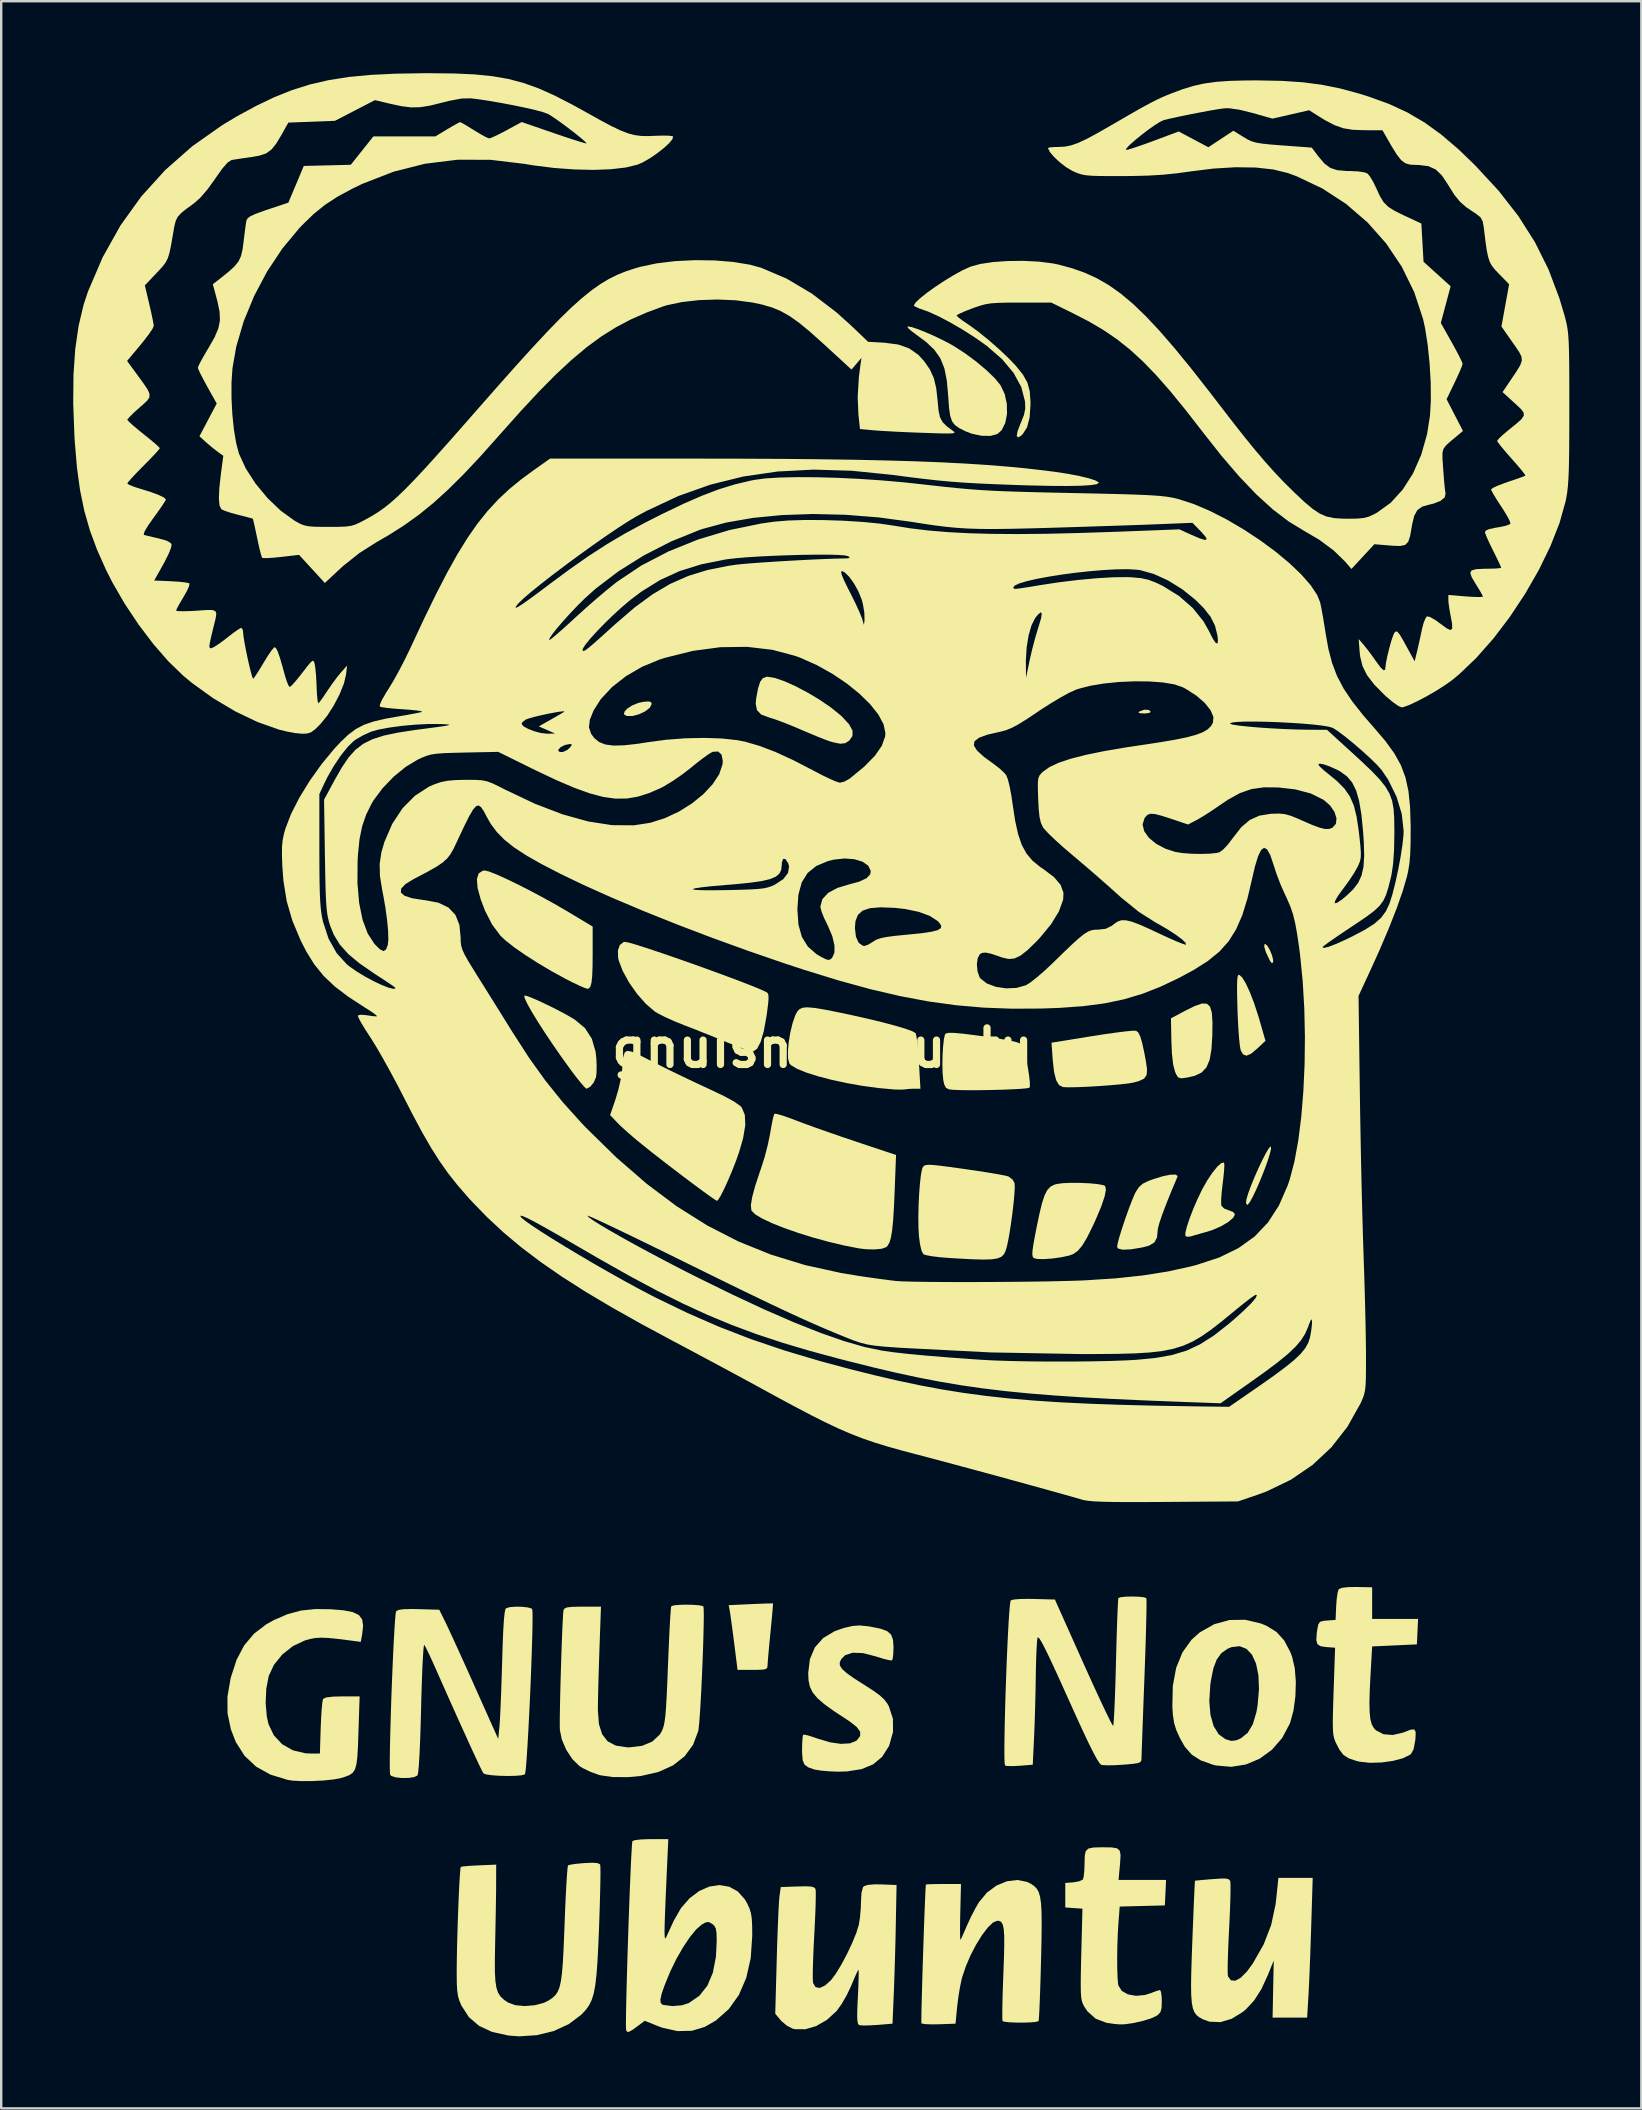
<source format=kicad_pcb>
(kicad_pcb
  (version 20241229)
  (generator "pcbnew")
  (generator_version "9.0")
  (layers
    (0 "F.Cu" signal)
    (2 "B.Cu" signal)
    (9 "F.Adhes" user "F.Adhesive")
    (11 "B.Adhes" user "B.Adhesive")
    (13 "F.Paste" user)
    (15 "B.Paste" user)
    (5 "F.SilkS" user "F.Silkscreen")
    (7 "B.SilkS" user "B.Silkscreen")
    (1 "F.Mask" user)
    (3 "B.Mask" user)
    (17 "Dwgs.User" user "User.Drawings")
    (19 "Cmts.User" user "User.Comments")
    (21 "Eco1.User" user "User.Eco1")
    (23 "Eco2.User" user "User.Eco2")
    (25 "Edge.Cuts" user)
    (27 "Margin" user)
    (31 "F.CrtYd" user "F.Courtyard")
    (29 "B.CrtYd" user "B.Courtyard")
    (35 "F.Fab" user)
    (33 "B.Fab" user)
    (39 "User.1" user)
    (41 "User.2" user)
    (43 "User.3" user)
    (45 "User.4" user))
  (footprint "gnuisnotubuntu"
    (layer "F.Cu")
    (at 31.209 40.604)
    (property "Reference" "gnuisnotubuntu" (at 0 0 0) (layer "F.SilkS") (effects (font (size 1.524 1.524) (thickness 0.3))))
    (attr board_only exclude_from_pos_files exclude_from_bom)
    (fp_poly (pts (xy 13.598 -14.077) (xy 13.674 -14.017) (xy 13.637 -13.96) (xy 13.461 -13.934) (xy 13.403 -13.933) (xy 13.208 -13.944) (xy 13.166 -13.981) (xy 13.208 -14.017) (xy 13.412 -14.092)) (stroke (width 0) (type solid)) (fill yes) (layer "F.SilkS"))
    (fp_poly (pts (xy 18.533 -4.26) (xy 18.638 -4.084) (xy 18.728 -3.866) (xy 18.777 -3.667) (xy 18.776 -3.586) (xy 18.738 -3.52) (xy 18.668 -3.595) (xy 18.612 -3.695) (xy 18.474 -3.993) (xy 18.407 -4.212) (xy 18.418 -4.324) (xy 18.442 -4.332)) (stroke (width 0) (type solid)) (fill yes) (layer "F.SilkS"))
    (fp_poly (pts (xy -7.133 -14.402) (xy -7.112 -14.327) (xy -7.188 -14.173) (xy -7.381 -14.022) (xy -7.641 -13.898) (xy -7.918 -13.826) (xy -8.154 -13.828) (xy -8.265 -13.897) (xy -8.246 -14.008) (xy -8.124 -14.139) (xy -7.925 -14.267) (xy -7.676 -14.369) (xy -7.465 -14.416) (xy -7.237 -14.435)) (stroke (width 0) (type solid)) (fill yes) (layer "F.SilkS"))
    (fp_poly (pts (xy 18.683 4.106) (xy 18.688 4.216) (xy 18.632 4.445) (xy 18.531 4.759) (xy 18.396 5.124) (xy 18.243 5.507) (xy 18.085 5.873) (xy 17.935 6.189) (xy 17.808 6.421) (xy 17.716 6.535) (xy 17.699 6.541) (xy 17.646 6.47) (xy 17.664 6.308) (xy 17.741 6.051) (xy 17.861 5.727) (xy 18.009 5.366) (xy 18.172 4.999) (xy 18.334 4.659) (xy 18.481 4.375) (xy 18.599 4.179) (xy 18.673 4.103)) (stroke (width 0) (type solid)) (fill yes) (layer "F.SilkS"))
    (fp_poly (pts (xy 16.015 -1.843) (xy 16.15 -1.718) (xy 16.224 -1.461) (xy 16.25 -1.06) (xy 16.243 -0.517) (xy 16.208 0.063) (xy 16.131 0.497) (xy 16 0.81) (xy 15.8 1.023) (xy 15.518 1.16) (xy 15.177 1.238) (xy 14.948 1.266) (xy 14.823 1.231) (xy 14.737 1.101) (xy 14.688 0.985) (xy 14.612 0.691) (xy 14.561 0.241) (xy 14.539 -0.279) (xy 14.52 -1.232) (xy 15.113 -1.548) (xy 15.51 -1.745) (xy 15.807 -1.848)) (stroke (width 0) (type solid)) (fill yes) (layer "F.SilkS"))
    (fp_poly (pts (xy 17.488 -2.935) (xy 17.64 -2.684) (xy 17.809 -2.319) (xy 17.985 -1.862) (xy 18.156 -1.339) (xy 18.201 -1.189) (xy 18.458 -0.297) (xy 18.122 0.021) (xy 17.856 0.243) (xy 17.663 0.325) (xy 17.523 0.268) (xy 17.429 0.106) (xy 17.396 -0.054) (xy 17.363 -0.351) (xy 17.332 -0.751) (xy 17.307 -1.221) (xy 17.292 -1.604) (xy 17.278 -2.146) (xy 17.273 -2.539) (xy 17.279 -2.804) (xy 17.296 -2.963) (xy 17.325 -3.036) (xy 17.366 -3.045)) (stroke (width 0) (type solid)) (fill yes) (layer "F.SilkS"))
    (fp_poly (pts (xy -2.058 23.14) (xy -2.061 23.224) (xy -2.078 23.447) (xy -2.108 23.777) (xy -2.147 24.184) (xy -2.162 24.34) (xy -2.206 24.787) (xy -2.243 25.185) (xy -2.27 25.499) (xy -2.283 25.692) (xy -2.284 25.719) (xy -2.296 25.817) (xy -2.354 25.874) (xy -2.493 25.901) (xy -2.751 25.909) (xy -2.91 25.91) (xy -3.534 25.91) (xy -3.676 24.784) (xy -3.733 24.346) (xy -3.786 23.951) (xy -3.829 23.64) (xy -3.858 23.452) (xy -3.861 23.436) (xy -3.903 23.214) (xy -2.989 23.171) (xy -2.616 23.155) (xy -2.314 23.144) (xy -2.117 23.139)) (stroke (width 0) (type solid)) (fill yes) (layer "F.SilkS"))
    (fp_poly (pts (xy 14.796 5.334) (xy 14.789 5.373) (xy 14.538 5.967) (xy 14.323 6.502) (xy 14.152 6.955) (xy 14.034 7.304) (xy 13.976 7.53) (xy 13.971 7.576) (xy 13.939 7.9) (xy 13.825 8.109) (xy 13.597 8.241) (xy 13.328 8.312) (xy 12.845 8.391) (xy 12.506 8.406) (xy 12.318 8.357) (xy 12.277 8.281) (xy 12.306 8.118) (xy 12.383 7.837) (xy 12.495 7.479) (xy 12.628 7.084) (xy 12.768 6.692) (xy 12.902 6.343) (xy 13.015 6.079) (xy 13.061 5.989) (xy 13.192 5.792) (xy 13.349 5.655) (xy 13.584 5.54) (xy 13.802 5.461) (xy 14.195 5.342) (xy 14.507 5.28) (xy 14.715 5.277)) (stroke (width 0) (type solid)) (fill yes) (layer "F.SilkS"))
    (fp_poly (pts (xy -12.323 -2.168) (xy -12.112 -2.09) (xy -11.818 -1.962) (xy -11.472 -1.799) (xy -11.106 -1.618) (xy -10.753 -1.433) (xy -10.446 -1.259) (xy -10.306 -1.173) (xy -9.887 -0.821) (xy -9.604 -0.382) (xy -9.448 0.159) (xy -9.418 0.424) (xy -9.404 0.755) (xy -9.409 1.045) (xy -9.43 1.219) (xy -9.526 1.44) (xy -9.672 1.619) (xy -9.819 1.699) (xy -9.828 1.699) (xy -9.906 1.634) (xy -10.06 1.459) (xy -10.267 1.201) (xy -10.484 0.913) (xy -10.869 0.379) (xy -11.236 -0.15) (xy -11.575 -0.656) (xy -11.872 -1.12) (xy -12.117 -1.523) (xy -12.297 -1.847) (xy -12.402 -2.072) (xy -12.418 -2.18) (xy -12.417 -2.181)) (stroke (width 0) (type solid)) (fill yes) (layer "F.SilkS"))
    (fp_poly (pts (xy 13.071 -0.714) (xy 13.159 -0.642) (xy 13.24 -0.482) (xy 13.32 -0.213) (xy 13.408 0.189) (xy 13.472 0.527) (xy 13.524 0.89) (xy 13.507 1.129) (xy 13.401 1.28) (xy 13.184 1.382) (xy 12.954 1.444) (xy 12.727 1.482) (xy 12.378 1.521) (xy 11.949 1.559) (xy 11.48 1.592) (xy 11.013 1.619) (xy 10.588 1.636) (xy 10.247 1.641) (xy 10.031 1.632) (xy 10.023 1.631) (xy 9.86 1.549) (xy 9.739 1.346) (xy 9.652 1.006) (xy 9.596 0.514) (xy 9.593 0.471) (xy 9.545 -0.217) (xy 11.24 -0.492) (xy 11.762 -0.573) (xy 12.233 -0.639) (xy 12.624 -0.688) (xy 12.909 -0.715) (xy 13.06 -0.717)) (stroke (width 0) (type solid)) (fill yes) (layer "F.SilkS"))
    (fp_poly (pts (xy -1.974 -15.41) (xy -1.572 -15.271) (xy -1.105 -15.061) (xy -0.607 -14.798) (xy -0.112 -14.501) (xy 0.349 -14.186) (xy 0.739 -13.872) (xy 0.817 -13.801) (xy 1.112 -13.482) (xy 1.256 -13.216) (xy 1.253 -12.991) (xy 1.115 -12.798) (xy 0.95 -12.694) (xy 0.743 -12.672) (xy 0.449 -12.731) (xy 0.296 -12.777) (xy 0.079 -12.856) (xy -0.245 -12.985) (xy -0.627 -13.144) (xy -0.931 -13.275) (xy -1.335 -13.445) (xy -1.726 -13.598) (xy -2.054 -13.715) (xy -2.225 -13.767) (xy -2.549 -13.888) (xy -2.726 -14.07) (xy -2.778 -14.342) (xy -2.758 -14.559) (xy -2.681 -14.974) (xy -2.595 -15.246) (xy -2.485 -15.398) (xy -2.338 -15.457) (xy -2.278 -15.461)) (stroke (width 0) (type solid)) (fill yes) (layer "F.SilkS"))
    (fp_poly (pts (xy -13.892 -7.35) (xy -13.599 -7.236) (xy -13.209 -7.062) (xy -12.745 -6.839) (xy -12.232 -6.579) (xy -11.695 -6.294) (xy -11.157 -5.998) (xy -10.644 -5.7) (xy -10.539 -5.638) (xy -9.57 -5.055) (xy -9.57 -3.95) (xy -9.574 -3.399) (xy -9.589 -2.997) (xy -9.618 -2.723) (xy -9.663 -2.557) (xy -9.728 -2.478) (xy -9.788 -2.464) (xy -9.908 -2.501) (xy -10.14 -2.602) (xy -10.448 -2.75) (xy -10.707 -2.882) (xy -11.284 -3.198) (xy -11.85 -3.534) (xy -12.378 -3.871) (xy -12.837 -4.19) (xy -13.198 -4.473) (xy -13.411 -4.674) (xy -13.759 -5.14) (xy -14.054 -5.717) (xy -14.234 -6.189) (xy -14.365 -6.666) (xy -14.393 -7.029) (xy -14.319 -7.27) (xy -14.145 -7.383) (xy -14.063 -7.391)) (stroke (width 0) (type solid)) (fill yes) (layer "F.SilkS"))
    (fp_poly (pts (xy 10.747 5.623) (xy 11.12 5.64) (xy 11.446 5.67) (xy 11.682 5.711) (xy 11.778 5.752) (xy 11.812 5.901) (xy 11.758 6.186) (xy 11.619 6.598) (xy 11.397 7.128) (xy 11.257 7.433) (xy 11.026 7.899) (xy 10.828 8.23) (xy 10.644 8.45) (xy 10.451 8.587) (xy 10.261 8.656) (xy 9.921 8.726) (xy 9.557 8.775) (xy 9.218 8.798) (xy 8.951 8.792) (xy 8.81 8.758) (xy 8.764 8.705) (xy 8.745 8.604) (xy 8.755 8.43) (xy 8.795 8.156) (xy 8.869 7.756) (xy 8.918 7.503) (xy 9.041 6.911) (xy 9.15 6.465) (xy 9.255 6.143) (xy 9.368 5.923) (xy 9.498 5.783) (xy 9.655 5.7) (xy 9.779 5.666) (xy 10.033 5.634) (xy 10.37 5.62)) (stroke (width 0) (type solid)) (fill yes) (layer "F.SilkS"))
    (fp_poly (pts (xy 16.732 4.782) (xy 16.745 4.884) (xy 16.734 5.115) (xy 16.702 5.434) (xy 16.677 5.635) (xy 16.635 5.998) (xy 16.612 6.308) (xy 16.612 6.519) (xy 16.622 6.574) (xy 16.737 6.69) (xy 16.931 6.766) (xy 17.11 6.834) (xy 17.187 6.927) (xy 17.187 6.93) (xy 17.112 7.078) (xy 16.909 7.251) (xy 16.616 7.425) (xy 16.267 7.579) (xy 16.033 7.655) (xy 15.726 7.741) (xy 15.468 7.815) (xy 15.323 7.858) (xy 15.174 7.864) (xy 15.122 7.829) (xy 15.121 7.7) (xy 15.182 7.452) (xy 15.292 7.117) (xy 15.44 6.731) (xy 15.614 6.325) (xy 15.801 5.934) (xy 15.829 5.879) (xy 16.036 5.513) (xy 16.25 5.195) (xy 16.449 4.949) (xy 16.613 4.801) (xy 16.722 4.774)) (stroke (width 0) (type solid)) (fill yes) (layer "F.SilkS"))
    (fp_poly (pts (xy 5.876 -0.59) (xy 6.143 -0.557) (xy 6.82 -0.465) (xy 7.348 -0.387) (xy 7.742 -0.319) (xy 8.021 -0.259) (xy 8.203 -0.201) (xy 8.305 -0.143) (xy 8.341 -0.094) (xy 8.416 0.144) (xy 8.49 0.458) (xy 8.557 0.805) (xy 8.61 1.142) (xy 8.641 1.425) (xy 8.643 1.61) (xy 8.629 1.655) (xy 8.524 1.68) (xy 8.282 1.703) (xy 7.935 1.723) (xy 7.515 1.74) (xy 7.055 1.752) (xy 6.586 1.76) (xy 6.142 1.762) (xy 5.753 1.757) (xy 5.453 1.746) (xy 5.275 1.727) (xy 5.146 1.661) (xy 5.069 1.501) (xy 5.033 1.316) (xy 5.007 1.027) (xy 4.999 0.672) (xy 5.007 0.292) (xy 5.029 -0.067) (xy 5.062 -0.364) (xy 5.105 -0.553) (xy 5.127 -0.591) (xy 5.241 -0.626) (xy 5.486 -0.626)) (stroke (width 0) (type solid)) (fill yes) (layer "F.SilkS"))
    (fp_poly (pts (xy 3.677 -30.039) (xy 3.927 -29.96) (xy 4.255 -29.833) (xy 4.626 -29.672) (xy 5.003 -29.492) (xy 5.351 -29.309) (xy 5.461 -29.246) (xy 5.932 -28.943) (xy 6.399 -28.598) (xy 6.826 -28.241) (xy 7.176 -27.904) (xy 7.414 -27.615) (xy 7.418 -27.609) (xy 7.594 -27.241) (xy 7.684 -26.828) (xy 7.691 -26.412) (xy 7.618 -26.033) (xy 7.468 -25.733) (xy 7.286 -25.572) (xy 6.998 -25.495) (xy 6.624 -25.502) (xy 6.221 -25.588) (xy 5.969 -25.685) (xy 5.706 -25.816) (xy 5.521 -25.946) (xy 5.4 -26.107) (xy 5.324 -26.332) (xy 5.277 -26.657) (xy 5.244 -27.114) (xy 5.24 -27.171) (xy 5.182 -27.809) (xy 5.08 -28.316) (xy 4.915 -28.727) (xy 4.669 -29.078) (xy 4.323 -29.407) (xy 3.931 -29.698) (xy 3.708 -29.864) (xy 3.567 -29.99) (xy 3.539 -30.052) (xy 3.542 -30.053)) (stroke (width 0) (type solid)) (fill yes) (layer "F.SilkS"))
    (fp_poly (pts (xy -0.338 -1.667) (xy 0.071 -1.6) (xy 0.452 -1.526) (xy 1.197 -1.371) (xy 1.887 -1.216) (xy 2.503 -1.067) (xy 3.028 -0.928) (xy 3.444 -0.804) (xy 3.733 -0.7) (xy 3.877 -0.621) (xy 3.887 -0.608) (xy 3.92 -0.472) (xy 3.956 -0.205) (xy 3.991 0.157) (xy 4.02 0.576) (xy 4.023 0.616) (xy 4.084 1.699) (xy 3.827 1.699) (xy 3.604 1.708) (xy 3.457 1.726) (xy 3.307 1.737) (xy 3.065 1.734) (xy 2.963 1.728) (xy 2.323 1.67) (xy 1.664 1.58) (xy 1.01 1.464) (xy 0.387 1.33) (xy -0.18 1.182) (xy -0.667 1.028) (xy -1.049 0.873) (xy -1.301 0.724) (xy -1.375 0.647) (xy -1.429 0.452) (xy -1.436 0.141) (xy -1.402 -0.24) (xy -1.335 -0.648) (xy -1.241 -1.036) (xy -1.128 -1.36) (xy -1.05 -1.508) (xy -0.958 -1.612) (xy -0.826 -1.674) (xy -0.628 -1.692)) (stroke (width 0) (type solid)) (fill yes) (layer "F.SilkS"))
    (fp_poly (pts (xy -8.072 -4.389) (xy -7.789 -4.308) (xy -7.394 -4.183) (xy -6.91 -4.023) (xy -6.361 -3.836) (xy -5.769 -3.63) (xy -5.157 -3.413) (xy -4.55 -3.193) (xy -3.969 -2.98) (xy -3.438 -2.78) (xy -2.981 -2.603) (xy -2.62 -2.456) (xy -2.379 -2.348) (xy -2.304 -2.307) (xy -2.258 -2.245) (xy -2.242 -2.117) (xy -2.254 -1.893) (xy -2.297 -1.545) (xy -2.33 -1.309) (xy -2.442 -0.696) (xy -2.572 -0.247) (xy -2.72 0.035) (xy -2.883 0.149) (xy -3.006 0.126) (xy -3.248 0.048) (xy -3.575 -0.073) (xy -3.937 -0.218) (xy -4.426 -0.42) (xy -4.976 -0.641) (xy -5.502 -0.848) (xy -5.757 -0.946) (xy -6.157 -1.108) (xy -6.532 -1.276) (xy -6.833 -1.427) (xy -6.975 -1.511) (xy -7.348 -1.829) (xy -7.718 -2.248) (xy -8.052 -2.723) (xy -8.319 -3.207) (xy -8.487 -3.652) (xy -8.51 -3.755) (xy -8.519 -4.055) (xy -8.439 -4.286) (xy -8.286 -4.408) (xy -8.22 -4.417)) (stroke (width 0) (type solid)) (fill yes) (layer "F.SilkS"))
    (fp_poly (pts (xy -7.949 0.153) (xy -7.68 0.269) (xy -7.293 0.464) (xy -6.998 0.614) (xy -6.461 0.882) (xy -5.856 1.176) (xy -5.253 1.463) (xy -4.722 1.71) (xy -4.666 1.736) (xy -4.097 2.007) (xy -3.683 2.232) (xy -3.428 2.411) (xy -3.361 2.481) (xy -3.231 2.788) (xy -3.212 3.217) (xy -3.304 3.769) (xy -3.471 4.344) (xy -3.61 4.736) (xy -3.771 5.145) (xy -3.939 5.54) (xy -4.1 5.89) (xy -4.24 6.165) (xy -4.345 6.333) (xy -4.391 6.371) (xy -4.476 6.322) (xy -4.673 6.186) (xy -4.962 5.978) (xy -5.319 5.715) (xy -5.724 5.411) (xy -5.763 5.382) (xy -6.532 4.795) (xy -7.171 4.297) (xy -7.691 3.877) (xy -8.101 3.529) (xy -8.412 3.245) (xy -8.549 3.107) (xy -8.843 2.799) (xy -8.619 2.143) (xy -8.501 1.744) (xy -8.404 1.321) (xy -8.348 0.963) (xy -8.347 0.954) (xy -8.317 0.59) (xy -8.285 0.333) (xy -8.229 0.179) (xy -8.125 0.121)) (stroke (width 0) (type solid)) (fill yes) (layer "F.SilkS"))
    (fp_poly (pts (xy -1.904 2.75) (xy -1.686 2.81) (xy -1.382 2.914) (xy -1.121 3.013) (xy -0.776 3.144) (xy -0.312 3.312) (xy 0.23 3.503) (xy 0.807 3.703) (xy 1.379 3.896) (xy 1.386 3.899) (xy 3.068 4.46) (xy 3.011 5.946) (xy 2.981 6.646) (xy 2.946 7.195) (xy 2.904 7.611) (xy 2.853 7.913) (xy 2.788 8.121) (xy 2.709 8.253) (xy 2.659 8.299) (xy 2.47 8.366) (xy 2.167 8.395) (xy 1.804 8.386) (xy 1.524 8.351) (xy 0.896 8.229) (xy 0.248 8.074) (xy -0.398 7.897) (xy -1.018 7.703) (xy -1.591 7.503) (xy -2.093 7.302) (xy -2.502 7.111) (xy -2.795 6.936) (xy -2.948 6.786) (xy -2.959 6.763) (xy -2.979 6.553) (xy -2.926 6.218) (xy -2.8 5.75) (xy -2.598 5.139) (xy -2.552 5.008) (xy -2.409 4.559) (xy -2.277 4.05) (xy -2.18 3.584) (xy -2.173 3.54) (xy -2.114 3.202) (xy -2.058 2.931) (xy -2.013 2.769) (xy -2 2.743)) (stroke (width 0) (type solid)) (fill yes) (layer "F.SilkS"))
    (fp_poly (pts (xy 4.619 4.877) (xy 4.907 4.907) (xy 5.313 4.96) (xy 5.861 5.036) (xy 5.919 5.045) (xy 6.438 5.12) (xy 6.91 5.194) (xy 7.305 5.261) (xy 7.594 5.315) (xy 7.746 5.352) (xy 7.749 5.353) (xy 7.926 5.488) (xy 8.005 5.633) (xy 8.014 5.802) (xy 7.998 6.099) (xy 7.962 6.486) (xy 7.911 6.924) (xy 7.849 7.373) (xy 7.782 7.796) (xy 7.713 8.152) (xy 7.684 8.279) (xy 7.63 8.462) (xy 7.559 8.602) (xy 7.451 8.704) (xy 7.284 8.771) (xy 7.04 8.807) (xy 6.698 8.817) (xy 6.238 8.804) (xy 5.639 8.772) (xy 5.274 8.75) (xy 4.88 8.718) (xy 4.543 8.675) (xy 4.303 8.629) (xy 4.204 8.591) (xy 4.13 8.449) (xy 4.066 8.173) (xy 4.023 7.847) (xy 4.002 7.476) (xy 3.997 7.036) (xy 4.007 6.562) (xy 4.03 6.091) (xy 4.063 5.658) (xy 4.104 5.299) (xy 4.152 5.049) (xy 4.189 4.958) (xy 4.235 4.91) (xy 4.307 4.88) (xy 4.427 4.868)) (stroke (width 0) (type solid)) (fill yes) (layer "F.SilkS"))
    (fp_poly (pts (xy 18.272 23.978) (xy 18.501 24.073) (xy 18.915 24.328) (xy 19.237 24.683) (xy 19.492 25.166) (xy 19.57 25.37) (xy 19.678 25.842) (xy 19.723 26.411) (xy 19.704 27.018) (xy 19.625 27.603) (xy 19.488 28.106) (xy 19.472 28.146) (xy 19.153 28.746) (xy 18.726 29.238) (xy 18.215 29.61) (xy 17.642 29.851) (xy 17.028 29.948) (xy 16.396 29.891) (xy 16.256 29.856) (xy 15.762 29.679) (xy 15.392 29.445) (xy 15.102 29.118) (xy 14.892 28.748) (xy 14.744 28.421) (xy 14.654 28.13) (xy 14.603 27.804) (xy 14.578 27.435) (xy 14.583 27.219) (xy 16.118 27.219) (xy 16.167 27.79) (xy 16.3 28.255) (xy 16.513 28.597) (xy 16.797 28.8) (xy 17.039 28.869) (xy 17.252 28.841) (xy 17.437 28.758) (xy 17.72 28.529) (xy 17.933 28.169) (xy 18.082 27.664) (xy 18.131 27.377) (xy 18.188 26.709) (xy 18.163 26.128) (xy 18.064 25.647) (xy 17.896 25.278) (xy 17.666 25.033) (xy 17.38 24.923) (xy 17.044 24.962) (xy 16.882 25.029) (xy 16.625 25.208) (xy 16.431 25.471) (xy 16.288 25.842) (xy 16.186 26.347) (xy 16.157 26.558) (xy 16.118 27.219) (xy 14.583 27.219) (xy 14.597 26.579) (xy 14.737 25.826) (xy 14.998 25.183) (xy 15.376 24.655) (xy 15.722 24.347) (xy 16.322 24.008) (xy 16.957 23.832) (xy 17.612 23.822)) (stroke (width 0) (type solid)) (fill yes) (layer "F.SilkS"))
    (fp_poly (pts (xy 22.902 22.469) (xy 22.902 23.786) (xy 23.859 23.786) (xy 24.815 23.786) (xy 24.79 24.317) (xy 24.765 24.848) (xy 23.834 24.89) (xy 22.902 24.933) (xy 22.836 26.08) (xy 22.802 26.751) (xy 22.788 27.276) (xy 22.797 27.675) (xy 22.829 27.971) (xy 22.888 28.185) (xy 22.976 28.339) (xy 23.062 28.429) (xy 23.374 28.591) (xy 23.762 28.622) (xy 24.191 28.522) (xy 24.244 28.501) (xy 24.512 28.399) (xy 24.66 28.392) (xy 24.715 28.502) (xy 24.707 28.753) (xy 24.697 28.848) (xy 24.629 29.215) (xy 24.514 29.42) (xy 24.496 29.436) (xy 24.189 29.589) (xy 23.769 29.701) (xy 23.292 29.767) (xy 22.809 29.78) (xy 22.374 29.733) (xy 22.251 29.704) (xy 21.924 29.593) (xy 21.706 29.453) (xy 21.54 29.237) (xy 21.417 29.002) (xy 21.357 28.871) (xy 21.313 28.742) (xy 21.283 28.591) (xy 21.267 28.39) (xy 21.262 28.116) (xy 21.268 27.741) (xy 21.282 27.24) (xy 21.296 26.806) (xy 21.358 24.986) (xy 20.988 24.959) (xy 20.754 24.924) (xy 20.622 24.838) (xy 20.575 24.667) (xy 20.595 24.377) (xy 20.613 24.248) (xy 20.656 24.019) (xy 20.729 23.908) (xy 20.884 23.866) (xy 21.023 23.854) (xy 21.378 23.828) (xy 21.404 23.237) (xy 21.428 22.926) (xy 21.467 22.678) (xy 21.512 22.546) (xy 21.512 22.546) (xy 21.649 22.49) (xy 21.933 22.46) (xy 22.249 22.457)) (stroke (width 0) (type solid)) (fill yes) (layer "F.SilkS"))
    (fp_poly (pts (xy 20.363 36.592) (xy 20.342 37.225) (xy 20.32 37.861) (xy 20.296 38.459) (xy 20.274 38.98) (xy 20.254 39.386) (xy 20.247 39.502) (xy 20.193 40.394) (xy 18.754 40.394) (xy 18.778 39.204) (xy 18.802 38.015) (xy 18.562 38.611) (xy 18.286 39.211) (xy 17.988 39.678) (xy 17.644 40.049) (xy 17.517 40.156) (xy 17.049 40.446) (xy 16.581 40.584) (xy 16.13 40.565) (xy 15.86 40.469) (xy 15.71 40.388) (xy 15.591 40.296) (xy 15.499 40.175) (xy 15.433 40.007) (xy 15.389 39.774) (xy 15.365 39.457) (xy 15.358 39.038) (xy 15.367 38.5) (xy 15.388 37.823) (xy 15.41 37.227) (xy 15.435 36.592) (xy 15.458 36.014) (xy 15.479 35.516) (xy 15.497 35.117) (xy 15.511 34.839) (xy 15.52 34.703) (xy 15.521 34.693) (xy 15.606 34.682) (xy 15.82 34.662) (xy 16.122 34.636) (xy 16.237 34.627) (xy 16.588 34.603) (xy 16.806 34.603) (xy 16.926 34.632) (xy 16.983 34.692) (xy 16.99 34.708) (xy 17.001 34.831) (xy 17.002 35.096) (xy 16.994 35.477) (xy 16.978 35.948) (xy 16.954 36.481) (xy 16.943 36.693) (xy 16.916 37.243) (xy 16.897 37.739) (xy 16.885 38.157) (xy 16.883 38.468) (xy 16.89 38.647) (xy 16.895 38.675) (xy 17.021 38.842) (xy 17.203 38.859) (xy 17.43 38.733) (xy 17.691 38.469) (xy 17.928 38.145) (xy 18.384 37.343) (xy 18.695 36.539) (xy 18.877 35.684) (xy 18.906 35.449) (xy 18.996 34.575) (xy 20.425 34.575)) (stroke (width 0) (type solid)) (fill yes) (layer "F.SilkS"))
    (fp_poly (pts (xy 12.048 33.306) (xy 12.273 33.342) (xy 12.387 33.44) (xy 12.421 33.63) (xy 12.403 33.943) (xy 12.395 34.033) (xy 12.338 34.66) (xy 14.317 34.66) (xy 14.292 35.19) (xy 14.266 35.721) (xy 13.326 35.745) (xy 12.386 35.769) (xy 12.332 36.467) (xy 12.305 36.908) (xy 12.288 37.391) (xy 12.281 37.878) (xy 12.283 38.33) (xy 12.295 38.71) (xy 12.316 38.978) (xy 12.331 39.059) (xy 12.471 39.281) (xy 12.727 39.427) (xy 13.062 39.488) (xy 13.434 39.454) (xy 13.687 39.374) (xy 13.901 39.292) (xy 14.048 39.249) (xy 14.065 39.247) (xy 14.106 39.324) (xy 14.133 39.522) (xy 14.139 39.712) (xy 14.129 39.993) (xy 14.084 40.162) (xy 13.984 40.276) (xy 13.917 40.323) (xy 13.686 40.43) (xy 13.35 40.533) (xy 12.971 40.619) (xy 12.613 40.671) (xy 12.404 40.679) (xy 12.143 40.657) (xy 11.85 40.613) (xy 11.827 40.609) (xy 11.389 40.444) (xy 11.043 40.137) (xy 10.902 39.924) (xy 10.848 39.817) (xy 10.809 39.7) (xy 10.782 39.548) (xy 10.767 39.336) (xy 10.762 39.041) (xy 10.765 38.637) (xy 10.776 38.102) (xy 10.785 37.744) (xy 10.833 35.858) (xy 10.475 35.832) (xy 10.118 35.806) (xy 10.118 34.787) (xy 10.455 34.759) (xy 10.685 34.719) (xy 10.838 34.652) (xy 10.856 34.632) (xy 10.889 34.5) (xy 10.912 34.254) (xy 10.921 33.968) (xy 10.929 33.652) (xy 10.973 33.455) (xy 11.086 33.351) (xy 11.301 33.308) (xy 11.649 33.3) (xy 11.684 33.3)) (stroke (width 0) (type solid)) (fill yes) (layer "F.SilkS"))
    (fp_poly (pts (xy -20.476 23.384) (xy -19.942 23.429) (xy -19.559 23.505) (xy -19.308 23.627) (xy -19.172 23.81) (xy -19.132 24.069) (xy -19.171 24.418) (xy -19.176 24.448) (xy -19.231 24.743) (xy -19.67 24.685) (xy -20.193 24.619) (xy -20.586 24.58) (xy -20.885 24.568) (xy -21.126 24.582) (xy -21.347 24.624) (xy -21.559 24.684) (xy -22.054 24.916) (xy -22.497 25.267) (xy -22.847 25.698) (xy -23.065 26.167) (xy -23.166 26.695) (xy -23.193 27.284) (xy -23.144 27.855) (xy -23.074 28.169) (xy -22.852 28.636) (xy -22.506 29.006) (xy -22.059 29.261) (xy -21.537 29.384) (xy -21.349 29.393) (xy -20.933 29.393) (xy -20.899 28.31) (xy -20.881 27.891) (xy -20.857 27.53) (xy -20.83 27.263) (xy -20.802 27.126) (xy -20.799 27.12) (xy -20.675 27.059) (xy -20.392 27.024) (xy -20.006 27.014) (xy -19.278 27.014) (xy -19.327 28.52) (xy -19.347 29.097) (xy -19.372 29.529) (xy -19.411 29.84) (xy -19.472 30.055) (xy -19.567 30.197) (xy -19.703 30.293) (xy -19.891 30.365) (xy -20.052 30.414) (xy -20.36 30.474) (xy -20.778 30.517) (xy -21.245 30.541) (xy -21.702 30.543) (xy -22.09 30.521) (xy -22.267 30.494) (xy -22.992 30.273) (xy -23.591 29.94) (xy -24.07 29.49) (xy -24.434 28.918) (xy -24.64 28.389) (xy -24.78 27.722) (xy -24.785 27.033) (xy -24.657 26.283) (xy -24.643 26.227) (xy -24.403 25.488) (xy -24.085 24.886) (xy -23.674 24.398) (xy -23.153 24.003) (xy -22.851 23.836) (xy -22.279 23.588) (xy -21.72 23.438) (xy -21.117 23.375)) (stroke (width 0) (type solid)) (fill yes) (layer "F.SilkS"))
    (fp_poly (pts (xy 1.884 24.091) (xy 1.997 24.108) (xy 2.418 24.193) (xy 2.697 24.295) (xy 2.863 24.441) (xy 2.942 24.655) (xy 2.963 24.961) (xy 2.963 24.972) (xy 2.953 25.247) (xy 2.928 25.446) (xy 2.9 25.514) (xy 2.794 25.508) (xy 2.573 25.455) (xy 2.281 25.367) (xy 2.224 25.348) (xy 1.69 25.211) (xy 1.263 25.194) (xy 0.949 25.296) (xy 0.789 25.455) (xy 0.722 25.595) (xy 0.729 25.73) (xy 0.824 25.877) (xy 1.024 26.054) (xy 1.343 26.278) (xy 1.736 26.528) (xy 2.123 26.777) (xy 2.393 26.973) (xy 2.576 27.142) (xy 2.705 27.313) (xy 2.773 27.436) (xy 2.938 27.947) (xy 2.943 28.49) (xy 2.789 29.041) (xy 2.761 29.104) (xy 2.488 29.532) (xy 2.115 29.844) (xy 1.631 30.044) (xy 1.025 30.14) (xy 0.646 30.15) (xy 0.277 30.135) (xy -0.065 30.104) (xy -0.314 30.064) (xy -0.339 30.057) (xy -0.593 29.969) (xy -0.745 29.856) (xy -0.82 29.677) (xy -0.845 29.389) (xy -0.847 29.226) (xy -0.84 28.932) (xy -0.824 28.71) (xy -0.802 28.611) (xy -0.706 28.616) (xy -0.497 28.672) (xy -0.216 28.766) (xy -0.188 28.776) (xy 0.318 28.927) (xy 0.774 28.992) (xy 1.148 28.971) (xy 1.413 28.863) (xy 1.437 28.842) (xy 1.573 28.666) (xy 1.574 28.487) (xy 1.433 28.291) (xy 1.143 28.062) (xy 1.016 27.978) (xy 0.482 27.627) (xy 0.079 27.337) (xy -0.211 27.085) (xy -0.405 26.85) (xy -0.521 26.611) (xy -0.577 26.347) (xy -0.591 26.046) (xy -0.52 25.459) (xy -0.312 24.971) (xy 0.033 24.583) (xy 0.516 24.295) (xy 0.901 24.162) (xy 1.253 24.081) (xy 1.549 24.058)) (stroke (width 0) (type solid)) (fill yes) (layer "F.SilkS"))
    (fp_poly (pts (xy 2.469 34.847) (xy 3.09 34.872) (xy 3.059 36.486) (xy 3.046 37.113) (xy 3.028 37.795) (xy 3.007 38.468) (xy 2.987 39.072) (xy 2.975 39.374) (xy 2.921 40.648) (xy 2.286 40.7) (xy 1.963 40.719) (xy 1.698 40.723) (xy 1.543 40.71) (xy 1.534 40.708) (xy 1.488 40.661) (xy 1.46 40.547) (xy 1.449 40.34) (xy 1.455 40.016) (xy 1.477 39.549) (xy 1.479 39.51) (xy 1.498 39.094) (xy 1.509 38.751) (xy 1.511 38.51) (xy 1.503 38.4) (xy 1.499 38.397) (xy 1.45 38.49) (xy 1.355 38.701) (xy 1.232 38.99) (xy 1.189 39.093) (xy 1.014 39.462) (xy 0.804 39.825) (xy 0.602 40.107) (xy 0.586 40.126) (xy 0.188 40.49) (xy -0.256 40.746) (xy -0.711 40.88) (xy -1.141 40.877) (xy -1.242 40.853) (xy -1.474 40.735) (xy -1.701 40.544) (xy -1.737 40.504) (xy -1.964 40.233) (xy -1.902 37.977) (xy -1.884 37.353) (xy -1.863 36.765) (xy -1.842 36.241) (xy -1.821 35.809) (xy -1.802 35.495) (xy -1.787 35.339) (xy -1.734 34.957) (xy -1.035 34.932) (xy -0.676 34.925) (xy -0.453 34.939) (xy -0.333 34.979) (xy -0.286 35.038) (xy -0.276 35.159) (xy -0.276 35.422) (xy -0.285 35.8) (xy -0.304 36.267) (xy -0.33 36.794) (xy -0.339 36.954) (xy -0.367 37.5) (xy -0.387 37.999) (xy -0.399 38.423) (xy -0.401 38.742) (xy -0.392 38.928) (xy -0.388 38.951) (xy -0.285 39.126) (xy -0.111 39.16) (xy 0.116 39.055) (xy 0.367 38.826) (xy 0.565 38.56) (xy 0.793 38.182) (xy 1.027 37.741) (xy 1.242 37.285) (xy 1.414 36.864) (xy 1.518 36.528) (xy 1.565 36.231) (xy 1.598 35.858) (xy 1.607 35.583) (xy 1.628 35.196) (xy 1.69 34.969) (xy 1.728 34.921) (xy 1.888 34.867) (xy 2.184 34.843)) (stroke (width 0) (type solid)) (fill yes) (layer "F.SilkS"))
    (fp_poly (pts (xy -5.399 23.199) (xy -5.145 23.218) (xy -4.985 23.25) (xy -4.958 23.268) (xy -4.945 23.378) (xy -4.94 23.632) (xy -4.944 24.003) (xy -4.955 24.466) (xy -4.971 24.995) (xy -4.992 25.563) (xy -5.016 26.146) (xy -5.043 26.717) (xy -5.072 27.25) (xy -5.101 27.719) (xy -5.129 28.098) (xy -5.156 28.361) (xy -5.172 28.458) (xy -5.388 29.032) (xy -5.74 29.51) (xy -6.222 29.888) (xy -6.829 30.162) (xy -7.555 30.329) (xy -8.086 30.377) (xy -8.73 30.375) (xy -9.244 30.301) (xy -9.313 30.283) (xy -9.651 30.162) (xy -9.982 30.002) (xy -10.117 29.919) (xy -10.41 29.635) (xy -10.668 29.244) (xy -10.855 28.81) (xy -10.935 28.416) (xy -10.94 28.222) (xy -10.939 27.897) (xy -10.932 27.469) (xy -10.922 26.965) (xy -10.908 26.412) (xy -10.891 25.836) (xy -10.873 25.266) (xy -10.854 24.727) (xy -10.835 24.247) (xy -10.816 23.853) (xy -10.8 23.572) (xy -10.785 23.431) (xy -10.784 23.425) (xy -10.741 23.353) (xy -10.64 23.308) (xy -10.448 23.285) (xy -10.132 23.277) (xy -9.982 23.276) (xy -9.224 23.276) (xy -9.29 25.124) (xy -9.309 25.714) (xy -9.327 26.29) (xy -9.34 26.815) (xy -9.349 27.252) (xy -9.353 27.563) (xy -9.352 27.609) (xy -9.308 28.171) (xy -9.174 28.594) (xy -8.942 28.889) (xy -8.603 29.065) (xy -8.148 29.134) (xy -8.031 29.136) (xy -7.508 29.073) (xy -7.085 28.895) (xy -6.779 28.61) (xy -6.697 28.475) (xy -6.646 28.359) (xy -6.604 28.221) (xy -6.569 28.04) (xy -6.539 27.795) (xy -6.513 27.464) (xy -6.488 27.027) (xy -6.462 26.463) (xy -6.434 25.75) (xy -6.433 25.733) (xy -6.407 25.11) (xy -6.382 24.542) (xy -6.357 24.051) (xy -6.334 23.66) (xy -6.314 23.39) (xy -6.299 23.265) (xy -6.298 23.26) (xy -6.195 23.223) (xy -5.976 23.201) (xy -5.693 23.193)) (stroke (width 0) (type solid)) (fill yes) (layer "F.SilkS"))
    (fp_poly (pts (xy -9.373 33.958) (xy -9.273 34.004) (xy -9.255 34.033) (xy -9.247 34.145) (xy -9.245 34.405) (xy -9.25 34.789) (xy -9.261 35.275) (xy -9.277 35.842) (xy -9.298 36.465) (xy -9.303 36.607) (xy -9.336 37.424) (xy -9.371 38.09) (xy -9.412 38.627) (xy -9.462 39.053) (xy -9.526 39.39) (xy -9.608 39.656) (xy -9.712 39.871) (xy -9.841 40.056) (xy -10.001 40.231) (xy -10.054 40.282) (xy -10.573 40.671) (xy -11.199 40.956) (xy -11.897 41.127) (xy -12.634 41.176) (xy -13.081 41.141) (xy -13.757 40.992) (xy -14.302 40.739) (xy -14.725 40.377) (xy -15.033 39.901) (xy -15.041 39.885) (xy -15.124 39.689) (xy -15.18 39.497) (xy -15.213 39.27) (xy -15.23 38.968) (xy -15.234 38.551) (xy -15.233 38.355) (xy -15.228 37.908) (xy -15.218 37.396) (xy -15.203 36.846) (xy -15.185 36.283) (xy -15.164 35.734) (xy -15.143 35.225) (xy -15.121 34.783) (xy -15.099 34.433) (xy -15.08 34.202) (xy -15.064 34.117) (xy -14.969 34.098) (xy -14.746 34.077) (xy -14.437 34.058) (xy -14.309 34.053) (xy -13.589 34.022) (xy -13.591 34.787) (xy -13.593 35.117) (xy -13.6 35.575) (xy -13.609 36.119) (xy -13.62 36.706) (xy -13.632 37.293) (xy -13.644 37.952) (xy -13.643 38.465) (xy -13.624 38.854) (xy -13.581 39.145) (xy -13.51 39.359) (xy -13.406 39.52) (xy -13.263 39.653) (xy -13.098 39.766) (xy -12.796 39.877) (xy -12.404 39.914) (xy -11.984 39.88) (xy -11.597 39.776) (xy -11.405 39.682) (xy -11.252 39.579) (xy -11.128 39.467) (xy -11.03 39.326) (xy -10.953 39.137) (xy -10.894 38.882) (xy -10.848 38.541) (xy -10.812 38.095) (xy -10.781 37.524) (xy -10.752 36.809) (xy -10.74 36.506) (xy -10.716 35.884) (xy -10.69 35.319) (xy -10.664 34.831) (xy -10.639 34.444) (xy -10.617 34.179) (xy -10.599 34.058) (xy -10.597 34.054) (xy -10.49 34.022) (xy -10.262 33.989) (xy -9.958 33.961) (xy -9.92 33.958) (xy -9.578 33.943)) (stroke (width 0) (type solid)) (fill yes) (layer "F.SilkS"))
    (fp_poly (pts (xy 8.533 34.744) (xy 8.691 34.823) (xy 8.822 34.914) (xy 8.927 35.02) (xy 9.008 35.16) (xy 9.066 35.352) (xy 9.106 35.615) (xy 9.128 35.968) (xy 9.135 36.428) (xy 9.13 37.014) (xy 9.115 37.745) (xy 9.107 38.051) (xy 9.09 38.676) (xy 9.072 39.247) (xy 9.054 39.74) (xy 9.037 40.133) (xy 9.021 40.405) (xy 9.008 40.533) (xy 9.006 40.54) (xy 8.906 40.572) (xy 8.686 40.593) (xy 8.395 40.604) (xy 8.083 40.603) (xy 7.797 40.591) (xy 7.587 40.568) (xy 7.504 40.539) (xy 7.495 40.438) (xy 7.494 40.192) (xy 7.499 39.827) (xy 7.511 39.368) (xy 7.529 38.84) (xy 7.539 38.575) (xy 7.564 37.9) (xy 7.576 37.376) (xy 7.574 36.985) (xy 7.554 36.707) (xy 7.516 36.524) (xy 7.457 36.417) (xy 7.374 36.369) (xy 7.285 36.359) (xy 7.107 36.434) (xy 6.89 36.642) (xy 6.652 36.956) (xy 6.41 37.345) (xy 6.18 37.784) (xy 5.981 38.244) (xy 5.828 38.696) (xy 5.801 38.797) (xy 5.73 39.136) (xy 5.662 39.555) (xy 5.612 39.964) (xy 5.611 39.969) (xy 5.546 40.648) (xy 4.854 40.673) (xy 4.53 40.677) (xy 4.277 40.665) (xy 4.137 40.64) (xy 4.124 40.631) (xy 4.121 40.539) (xy 4.124 40.302) (xy 4.131 39.943) (xy 4.143 39.486) (xy 4.157 38.956) (xy 4.175 38.377) (xy 4.194 37.772) (xy 4.214 37.166) (xy 4.234 36.583) (xy 4.254 36.047) (xy 4.273 35.581) (xy 4.289 35.211) (xy 4.302 34.959) (xy 4.312 34.851) (xy 4.312 34.851) (xy 4.393 34.841) (xy 4.604 34.834) (xy 4.907 34.83) (xy 5.046 34.829) (xy 5.774 34.829) (xy 5.744 36.012) (xy 5.736 36.434) (xy 5.734 36.785) (xy 5.737 37.034) (xy 5.746 37.153) (xy 5.75 37.159) (xy 5.798 37.069) (xy 5.891 36.864) (xy 6.01 36.589) (xy 6.019 36.567) (xy 6.187 36.203) (xy 6.382 35.828) (xy 6.525 35.584) (xy 6.854 35.189) (xy 7.251 34.895) (xy 7.685 34.716) (xy 8.123 34.662)) (stroke (width 0) (type solid)) (fill yes) (layer "F.SilkS"))
    (fp_poly (pts (xy -6.471 34.086) (xy -6.507 34.906) (xy -6.536 35.57) (xy -6.557 36.094) (xy -6.57 36.491) (xy -6.576 36.775) (xy -6.573 36.962) (xy -6.564 37.065) (xy -6.547 37.099) (xy -6.524 37.077) (xy -6.503 37.038) (xy -6.413 36.842) (xy -6.286 36.565) (xy -6.195 36.366) (xy -5.895 35.841) (xy -5.533 35.424) (xy -5.131 35.121) (xy -4.709 34.936) (xy -4.287 34.874) (xy -3.885 34.941) (xy -3.524 35.14) (xy -3.224 35.477) (xy -3.133 35.638) (xy -3.037 35.848) (xy -2.975 36.049) (xy -2.94 36.287) (xy -2.925 36.607) (xy -2.922 36.996) (xy -2.986 37.919) (xy -3.171 38.738) (xy -3.477 39.448) (xy -3.899 40.041) (xy -4.436 40.515) (xy -4.899 40.782) (xy -5.437 40.944) (xy -6.03 40.957) (xy -6.655 40.821) (xy -6.857 40.747) (xy -7.4 40.527) (xy -7.658 40.721) (xy -7.905 40.901) (xy -8.052 40.985) (xy -8.132 40.987) (xy -8.175 40.921) (xy -8.183 40.812) (xy -8.184 40.555) (xy -8.179 40.171) (xy -8.169 39.68) (xy -8.168 39.641) (xy -6.749 39.641) (xy -6.736 39.785) (xy -6.661 39.857) (xy -6.634 39.866) (xy -6.248 39.915) (xy -5.853 39.882) (xy -5.563 39.789) (xy -5.123 39.484) (xy -4.791 39.064) (xy -4.562 38.523) (xy -4.434 37.853) (xy -4.403 37.209) (xy -4.41 36.887) (xy -4.439 36.688) (xy -4.503 36.566) (xy -4.588 36.493) (xy -4.729 36.415) (xy -4.856 36.426) (xy -5.033 36.524) (xy -5.26 36.723) (xy -5.526 37.049) (xy -5.806 37.469) (xy -6.081 37.948) (xy -6.328 38.454) (xy -6.38 38.575) (xy -6.575 39.055) (xy -6.697 39.404) (xy -6.749 39.641) (xy -8.168 39.641) (xy -8.155 39.104) (xy -8.137 38.462) (xy -8.117 37.777) (xy -8.094 37.068) (xy -8.07 36.357) (xy -8.045 35.664) (xy -8.02 35.01) (xy -7.995 34.416) (xy -7.972 33.902) (xy -7.95 33.49) (xy -7.932 33.2) (xy -7.916 33.053) (xy -7.913 33.04) (xy -7.811 33.004) (xy -7.583 32.976) (xy -7.27 32.962) (xy -7.142 32.961) (xy -6.419 32.961)) (stroke (width 0) (type solid)) (fill yes) (layer "F.SilkS"))
    (fp_poly (pts (xy -12.514 23.281) (xy -12.272 23.308) (xy -12.116 23.354) (xy -12.088 23.382) (xy -12.076 23.508) (xy -12.073 23.776) (xy -12.078 24.166) (xy -12.09 24.655) (xy -12.108 25.22) (xy -12.13 25.841) (xy -12.156 26.495) (xy -12.185 27.159) (xy -12.217 27.812) (xy -12.249 28.432) (xy -12.281 28.996) (xy -12.312 29.483) (xy -12.341 29.87) (xy -12.367 30.136) (xy -12.389 30.257) (xy -12.392 30.262) (xy -12.537 30.301) (xy -12.795 30.323) (xy -13.118 30.329) (xy -13.459 30.321) (xy -13.771 30.299) (xy -14.008 30.265) (xy -14.119 30.221) (xy -14.179 30.112) (xy -14.301 29.863) (xy -14.476 29.49) (xy -14.698 29.009) (xy -14.959 28.434) (xy -15.254 27.781) (xy -15.574 27.067) (xy -15.912 26.306) (xy -16.125 25.825) (xy -16.287 25.464) (xy -16.43 25.161) (xy -16.536 24.949) (xy -16.587 24.864) (xy -16.605 24.929) (xy -16.626 25.144) (xy -16.647 25.489) (xy -16.669 25.947) (xy -16.689 26.496) (xy -16.708 27.117) (xy -16.717 27.498) (xy -16.737 28.262) (xy -16.76 28.926) (xy -16.785 29.476) (xy -16.812 29.898) (xy -16.838 30.178) (xy -16.865 30.303) (xy -16.867 30.306) (xy -17.005 30.375) (xy -17.241 30.411) (xy -17.515 30.415) (xy -17.772 30.387) (xy -17.955 30.33) (xy -18.005 30.281) (xy -18.017 30.158) (xy -18.022 29.89) (xy -18.02 29.499) (xy -18.012 29.009) (xy -17.998 28.442) (xy -17.98 27.819) (xy -17.959 27.165) (xy -17.935 26.501) (xy -17.908 25.849) (xy -17.881 25.232) (xy -17.853 24.673) (xy -17.826 24.195) (xy -17.8 23.819) (xy -17.777 23.568) (xy -17.756 23.465) (xy -17.654 23.411) (xy -17.438 23.382) (xy -17.087 23.374) (xy -16.815 23.38) (xy -15.96 23.404) (xy -15.688 23.956) (xy -15.581 24.183) (xy -15.416 24.538) (xy -15.207 24.993) (xy -14.967 25.522) (xy -14.707 26.098) (xy -14.461 26.648) (xy -13.504 28.787) (xy -13.452 28.262) (xy -13.435 28.03) (xy -13.416 27.658) (xy -13.395 27.178) (xy -13.374 26.619) (xy -13.354 26.012) (xy -13.341 25.572) (xy -13.318 24.828) (xy -13.293 24.245) (xy -13.266 23.814) (xy -13.235 23.526) (xy -13.201 23.373) (xy -13.182 23.343) (xy -13.026 23.297) (xy -12.784 23.277)) (stroke (width 0) (type solid)) (fill yes) (layer "F.SilkS"))
    (fp_poly (pts (xy 13.187 22.862) (xy 13.398 22.885) (xy 13.495 22.922) (xy 13.502 23.02) (xy 13.502 23.269) (xy 13.496 23.649) (xy 13.484 24.141) (xy 13.468 24.727) (xy 13.446 25.387) (xy 13.42 26.102) (xy 13.418 26.171) (xy 13.39 26.898) (xy 13.365 27.579) (xy 13.342 28.193) (xy 13.323 28.719) (xy 13.308 29.138) (xy 13.299 29.429) (xy 13.295 29.572) (xy 13.295 29.575) (xy 13.287 29.682) (xy 13.245 29.751) (xy 13.135 29.795) (xy 12.925 29.826) (xy 12.581 29.856) (xy 12.539 29.859) (xy 12.18 29.881) (xy 11.872 29.886) (xy 11.663 29.875) (xy 11.619 29.866) (xy 11.549 29.801) (xy 11.44 29.635) (xy 11.289 29.357) (xy 11.091 28.959) (xy 10.841 28.431) (xy 10.535 27.763) (xy 10.235 27.099) (xy 9.898 26.351) (xy 9.622 25.749) (xy 9.402 25.282) (xy 9.233 24.94) (xy 9.109 24.711) (xy 9.026 24.586) (xy 8.977 24.553) (xy 8.962 24.573) (xy 8.943 24.719) (xy 8.924 25.002) (xy 8.908 25.39) (xy 8.895 25.85) (xy 8.889 26.207) (xy 8.879 26.798) (xy 8.863 27.435) (xy 8.845 28.055) (xy 8.824 28.593) (xy 8.817 28.756) (xy 8.763 29.86) (xy 8.226 29.903) (xy 7.935 29.918) (xy 7.709 29.914) (xy 7.609 29.896) (xy 7.592 29.801) (xy 7.583 29.559) (xy 7.581 29.192) (xy 7.586 28.721) (xy 7.596 28.169) (xy 7.611 27.558) (xy 7.63 26.909) (xy 7.653 26.245) (xy 7.678 25.588) (xy 7.705 24.961) (xy 7.733 24.384) (xy 7.761 23.88) (xy 7.789 23.472) (xy 7.815 23.181) (xy 7.84 23.03) (xy 7.847 23.015) (xy 7.966 22.98) (xy 8.219 22.958) (xy 8.57 22.951) (xy 8.809 22.955) (xy 9.686 22.979) (xy 10.871 25.628) (xy 11.152 26.25) (xy 11.412 26.818) (xy 11.643 27.315) (xy 11.837 27.723) (xy 11.985 28.024) (xy 12.08 28.202) (xy 12.112 28.243) (xy 12.128 28.153) (xy 12.146 27.913) (xy 12.165 27.546) (xy 12.185 27.071) (xy 12.205 26.51) (xy 12.223 25.883) (xy 12.23 25.594) (xy 12.247 24.944) (xy 12.264 24.348) (xy 12.282 23.828) (xy 12.299 23.406) (xy 12.314 23.102) (xy 12.327 22.938) (xy 12.332 22.916) (xy 12.434 22.88) (xy 12.648 22.859) (xy 12.918 22.853)) (stroke (width 0) (type solid)) (fill yes) (layer "F.SilkS"))
    (fp_poly (pts (xy 19.145 -40.285) (xy 20.009 -40.227) (xy 20.802 -40.124) (xy 21.57 -39.969) (xy 22.36 -39.755) (xy 22.763 -39.629) (xy 23.605 -39.323) (xy 24.367 -38.971) (xy 25.082 -38.553) (xy 25.781 -38.048) (xy 26.5 -37.433) (xy 27.187 -36.771) (xy 28.167 -35.712) (xy 28.994 -34.652) (xy 29.683 -33.567) (xy 30.248 -32.433) (xy 30.704 -31.223) (xy 30.92 -30.497) (xy 30.97 -30.303) (xy 31.012 -30.121) (xy 31.044 -29.93) (xy 31.069 -29.711) (xy 31.087 -29.444) (xy 31.1 -29.109) (xy 31.108 -28.685) (xy 31.113 -28.153) (xy 31.115 -27.492) (xy 31.115 -26.682) (xy 31.115 -26.632) (xy 31.114 -25.788) (xy 31.111 -25.095) (xy 31.104 -24.53) (xy 31.094 -24.076) (xy 31.078 -23.71) (xy 31.057 -23.413) (xy 31.03 -23.164) (xy 30.995 -22.945) (xy 30.96 -22.767) (xy 30.706 -21.863) (xy 30.327 -20.9) (xy 29.843 -19.907) (xy 29.273 -18.915) (xy 28.636 -17.953) (xy 27.951 -17.052) (xy 27.237 -16.242) (xy 26.513 -15.552) (xy 26.213 -15.307) (xy 25.911 -15.094) (xy 25.55 -14.866) (xy 25.164 -14.644) (xy 24.789 -14.446) (xy 24.462 -14.292) (xy 24.219 -14.202) (xy 24.13 -14.187) (xy 23.998 -14.242) (xy 23.784 -14.391) (xy 23.525 -14.605) (xy 23.409 -14.71) (xy 22.984 -15.142) (xy 22.688 -15.529) (xy 22.5 -15.907) (xy 22.401 -16.312) (xy 22.381 -16.501) (xy 22.341 -17.032) (xy 22.56 -16.778) (xy 22.737 -16.556) (xy 22.945 -16.274) (xy 23.052 -16.121) (xy 23.251 -15.852) (xy 23.38 -15.731) (xy 23.443 -15.756) (xy 23.453 -15.833) (xy 23.475 -16.029) (xy 23.533 -16.317) (xy 23.613 -16.644) (xy 23.7 -16.954) (xy 23.781 -17.194) (xy 23.831 -17.298) (xy 23.89 -17.353) (xy 23.957 -17.334) (xy 24.05 -17.22) (xy 24.188 -16.988) (xy 24.305 -16.776) (xy 24.672 -16.106) (xy 24.775 -16.527) (xy 24.853 -16.864) (xy 24.937 -17.251) (xy 24.977 -17.441) (xy 25.048 -17.713) (xy 25.13 -17.91) (xy 25.189 -17.979) (xy 25.309 -17.952) (xy 25.513 -17.839) (xy 25.754 -17.665) (xy 26.01 -17.476) (xy 26.167 -17.407) (xy 26.237 -17.469) (xy 26.232 -17.673) (xy 26.169 -18.016) (xy 26.115 -18.309) (xy 26.082 -18.568) (xy 26.077 -18.655) (xy 26.077 -18.868) (xy 26.797 -18.809) (xy 27.122 -18.788) (xy 27.37 -18.783) (xy 27.504 -18.794) (xy 27.517 -18.803) (xy 27.474 -18.896) (xy 27.363 -19.089) (xy 27.211 -19.335) (xy 27.049 -19.609) (xy 26.989 -19.789) (xy 27.048 -19.894) (xy 27.241 -19.945) (xy 27.583 -19.961) (xy 27.707 -19.962) (xy 27.993 -19.968) (xy 28.198 -19.983) (xy 28.279 -20.003) (xy 28.279 -20.003) (xy 28.243 -20.092) (xy 28.148 -20.296) (xy 28.01 -20.577) (xy 27.94 -20.718) (xy 27.788 -21.029) (xy 27.672 -21.285) (xy 27.608 -21.448) (xy 27.601 -21.479) (xy 27.637 -21.55) (xy 27.764 -21.608) (xy 28.01 -21.664) (xy 28.257 -21.706) (xy 28.489 -21.757) (xy 28.64 -21.817) (xy 28.663 -21.838) (xy 28.639 -21.937) (xy 28.537 -22.139) (xy 28.374 -22.408) (xy 28.283 -22.548) (xy 28.093 -22.839) (xy 27.946 -23.08) (xy 27.865 -23.234) (xy 27.855 -23.265) (xy 27.93 -23.327) (xy 28.13 -23.421) (xy 28.418 -23.532) (xy 28.554 -23.578) (xy 28.872 -23.685) (xy 29.123 -23.774) (xy 29.267 -23.829) (xy 29.287 -23.839) (xy 29.248 -23.91) (xy 29.116 -24.079) (xy 28.913 -24.318) (xy 28.715 -24.542) (xy 28.467 -24.824) (xy 28.268 -25.062) (xy 28.142 -25.228) (xy 28.109 -25.287) (xy 28.171 -25.372) (xy 28.333 -25.528) (xy 28.56 -25.72) (xy 28.569 -25.727) (xy 28.906 -25.999) (xy 29.121 -26.192) (xy 29.22 -26.339) (xy 29.211 -26.469) (xy 29.1 -26.615) (xy 28.896 -26.808) (xy 28.828 -26.87) (xy 28.334 -27.32) (xy 28.675 -27.825) (xy 28.914 -28.181) (xy 29.068 -28.434) (xy 29.136 -28.624) (xy 29.123 -28.794) (xy 29.029 -28.985) (xy 28.858 -29.239) (xy 28.754 -29.386) (xy 28.288 -30.053) (xy 28.448 -30.933) (xy 28.607 -31.814) (xy 28.183 -32.247) (xy 28.016 -32.423) (xy 27.891 -32.581) (xy 27.799 -32.75) (xy 27.73 -32.963) (xy 27.672 -33.251) (xy 27.617 -33.645) (xy 27.553 -34.174) (xy 27.507 -34.434) (xy 27.415 -34.602) (xy 27.231 -34.749) (xy 27.151 -34.8) (xy 26.813 -35.028) (xy 26.555 -35.257) (xy 26.329 -35.536) (xy 26.089 -35.915) (xy 26.061 -35.963) (xy 25.804 -36.349) (xy 25.546 -36.596) (xy 25.243 -36.732) (xy 24.854 -36.781) (xy 24.725 -36.783) (xy 24.474 -36.797) (xy 24.278 -36.857) (xy 24.107 -36.986) (xy 23.93 -37.212) (xy 23.716 -37.557) (xy 23.651 -37.67) (xy 23.332 -38.227) (xy 22.567 -38.229) (xy 22.093 -38.247) (xy 21.703 -38.311) (xy 21.337 -38.439) (xy 20.937 -38.649) (xy 20.659 -38.82) (xy 20.278 -39.062) (xy 19.514 -38.887) (xy 18.75 -38.712) (xy 17.929 -38.946) (xy 17.37 -39.084) (xy 16.94 -39.144) (xy 16.745 -39.142) (xy 16.497 -39.107) (xy 16.13 -39.045) (xy 15.691 -38.963) (xy 15.229 -38.873) (xy 14.789 -38.782) (xy 14.418 -38.699) (xy 14.217 -38.65) (xy 14.061 -38.576) (xy 13.831 -38.431) (xy 13.559 -38.238) (xy 13.276 -38.021) (xy 13.012 -37.805) (xy 12.798 -37.614) (xy 12.666 -37.473) (xy 12.641 -37.408) (xy 12.73 -37.422) (xy 12.948 -37.487) (xy 13.263 -37.593) (xy 13.646 -37.73) (xy 13.761 -37.773) (xy 14.843 -38.177) (xy 15.461 -37.849) (xy 16.079 -37.521) (xy 16.6 -37.865) (xy 17.122 -38.208) (xy 17.542 -37.946) (xy 17.721 -37.841) (xy 17.888 -37.765) (xy 18.08 -37.71) (xy 18.333 -37.669) (xy 18.684 -37.633) (xy 19.166 -37.595) (xy 19.173 -37.595) (xy 20.384 -37.505) (xy 20.673 -37.124) (xy 20.918 -36.837) (xy 21.158 -36.659) (xy 21.445 -36.565) (xy 21.832 -36.531) (xy 21.976 -36.53) (xy 22.317 -36.514) (xy 22.583 -36.473) (xy 22.714 -36.422) (xy 22.82 -36.291) (xy 22.956 -36.057) (xy 23.076 -35.806) (xy 23.233 -35.47) (xy 23.383 -35.228) (xy 23.566 -35.044) (xy 23.821 -34.88) (xy 24.188 -34.697) (xy 24.266 -34.661) (xy 24.952 -34.342) (xy 24.997 -33.546) (xy 25.042 -32.751) (xy 25.606 -32.24) (xy 26.171 -31.729) (xy 25.967 -30.964) (xy 25.763 -30.2) (xy 26.217 -29.393) (xy 26.401 -29.057) (xy 26.55 -28.772) (xy 26.644 -28.572) (xy 26.67 -28.497) (xy 26.635 -28.384) (xy 26.542 -28.16) (xy 26.407 -27.863) (xy 26.337 -27.715) (xy 26.003 -27.023) (xy 26.344 -26.362) (xy 26.685 -25.702) (xy 26.445 -25.5) (xy 26.161 -25.264) (xy 25.977 -25.098) (xy 25.873 -24.955) (xy 25.831 -24.79) (xy 25.831 -24.558) (xy 25.855 -24.213) (xy 25.863 -24.098) (xy 25.891 -23.718) (xy 25.92 -23.392) (xy 25.947 -23.164) (xy 25.961 -23.09) (xy 25.924 -22.933) (xy 25.747 -22.788) (xy 25.457 -22.673) (xy 25.291 -22.635) (xy 24.99 -22.551) (xy 24.787 -22.406) (xy 24.655 -22.167) (xy 24.566 -21.8) (xy 24.551 -21.708) (xy 24.484 -21.325) (xy 24.404 -21.084) (xy 24.278 -20.954) (xy 24.071 -20.909) (xy 23.752 -20.92) (xy 23.627 -20.93) (xy 22.994 -20.983) (xy 22.517 -20.468) (xy 22.04 -19.953) (xy 21.759 -20.277) (xy 21.297 -20.725) (xy 20.707 -21.163) (xy 20.072 -21.537) (xy 19.431 -21.926) (xy 18.773 -22.426) (xy 18.089 -23.047) (xy 17.371 -23.798) (xy 16.607 -24.689) (xy 15.846 -25.655) (xy 15.137 -26.567) (xy 14.498 -27.35) (xy 13.91 -28.021) (xy 13.355 -28.595) (xy 12.816 -29.089) (xy 12.275 -29.519) (xy 11.714 -29.902) (xy 11.114 -30.255) (xy 10.503 -30.572) (xy 9.534 -31.049) (xy 8.217 -31.049) (xy 7.706 -31.047) (xy 7.325 -31.038) (xy 7.036 -31.018) (xy 6.799 -30.981) (xy 6.576 -30.922) (xy 6.329 -30.838) (xy 6.244 -30.807) (xy 5.943 -30.69) (xy 5.715 -30.589) (xy 5.597 -30.522) (xy 5.589 -30.51) (xy 5.655 -30.439) (xy 5.828 -30.308) (xy 6.07 -30.143) (xy 6.076 -30.139) (xy 6.46 -29.864) (xy 6.905 -29.506) (xy 7.36 -29.108) (xy 7.775 -28.714) (xy 8.059 -28.416) (xy 8.357 -28.045) (xy 8.542 -27.712) (xy 8.638 -27.353) (xy 8.669 -26.907) (xy 8.669 -26.802) (xy 8.633 -26.261) (xy 8.528 -25.857) (xy 8.345 -25.569) (xy 8.268 -25.496) (xy 8.143 -25.431) (xy 8.097 -25.501) (xy 8.132 -25.693) (xy 8.246 -25.994) (xy 8.266 -26.038) (xy 8.398 -26.367) (xy 8.451 -26.635) (xy 8.441 -26.922) (xy 8.44 -26.933) (xy 8.285 -27.531) (xy 7.965 -28.12) (xy 7.485 -28.694) (xy 6.848 -29.246) (xy 6.826 -29.262) (xy 6.357 -29.593) (xy 5.841 -29.922) (xy 5.317 -30.227) (xy 4.827 -30.484) (xy 4.411 -30.671) (xy 4.255 -30.727) (xy 4.01 -30.814) (xy 3.849 -30.891) (xy 3.81 -30.928) (xy 3.879 -31.047) (xy 4.069 -31.228) (xy 4.35 -31.452) (xy 4.694 -31.699) (xy 5.073 -31.95) (xy 5.458 -32.186) (xy 5.822 -32.386) (xy 6.135 -32.532) (xy 6.163 -32.543) (xy 6.579 -32.658) (xy 7.116 -32.738) (xy 7.73 -32.781) (xy 8.375 -32.787) (xy 9.008 -32.755) (xy 9.582 -32.684) (xy 9.847 -32.63) (xy 10.41 -32.477) (xy 10.939 -32.289) (xy 11.445 -32.057) (xy 11.94 -31.77) (xy 12.436 -31.418) (xy 12.946 -30.989) (xy 13.481 -30.474) (xy 14.053 -29.863) (xy 14.676 -29.144) (xy 15.36 -28.307) (xy 16.117 -27.342) (xy 16.467 -26.887) (xy 17.062 -26.114) (xy 17.578 -25.459) (xy 18.033 -24.9) (xy 18.446 -24.415) (xy 18.834 -23.982) (xy 19.216 -23.579) (xy 19.611 -23.187) (xy 19.653 -23.146) (xy 20.076 -22.748) (xy 20.42 -22.458) (xy 20.718 -22.26) (xy 21.005 -22.136) (xy 21.315 -22.071) (xy 21.682 -22.047) (xy 21.886 -22.044) (xy 22.271 -22.05) (xy 22.544 -22.075) (xy 22.761 -22.131) (xy 22.979 -22.23) (xy 23.1 -22.296) (xy 23.671 -22.706) (xy 24.175 -23.258) (xy 24.604 -23.931) (xy 24.945 -24.706) (xy 25.189 -25.565) (xy 25.311 -26.335) (xy 25.347 -26.979) (xy 25.341 -27.726) (xy 25.295 -28.516) (xy 25.215 -29.29) (xy 25.105 -29.991) (xy 25.024 -30.36) (xy 24.653 -31.488) (xy 24.135 -32.545) (xy 23.482 -33.517) (xy 22.704 -34.393) (xy 21.814 -35.16) (xy 20.823 -35.805) (xy 19.743 -36.316) (xy 19.389 -36.446) (xy 18.786 -36.594) (xy 18.052 -36.675) (xy 17.21 -36.687) (xy 16.284 -36.631) (xy 15.393 -36.52) (xy 14.773 -36.435) (xy 14.193 -36.376) (xy 13.595 -36.34) (xy 12.919 -36.322) (xy 12.488 -36.319) (xy 11.926 -36.319) (xy 11.503 -36.323) (xy 11.19 -36.334) (xy 10.959 -36.356) (xy 10.78 -36.391) (xy 10.624 -36.442) (xy 10.461 -36.513) (xy 10.41 -36.537) (xy 10.158 -36.686) (xy 9.892 -36.891) (xy 9.652 -37.115) (xy 9.475 -37.323) (xy 9.399 -37.479) (xy 9.398 -37.489) (xy 9.474 -37.514) (xy 9.671 -37.529) (xy 9.842 -37.532) (xy 10.099 -37.546) (xy 10.357 -37.597) (xy 10.644 -37.696) (xy 10.99 -37.856) (xy 11.423 -38.088) (xy 11.896 -38.358) (xy 12.497 -38.707) (xy 12.976 -38.983) (xy 13.356 -39.197) (xy 13.661 -39.362) (xy 13.913 -39.491) (xy 14.136 -39.596) (xy 14.355 -39.689) (xy 14.496 -39.746) (xy 14.996 -39.933) (xy 15.457 -40.075) (xy 15.916 -40.177) (xy 16.411 -40.245) (xy 16.976 -40.285) (xy 17.65 -40.303) (xy 18.161 -40.304)) (stroke (width 0) (type solid)) (fill yes) (layer "F.SilkS"))
    (fp_poly (pts (xy -15.337 -40.593) (xy -14.494 -40.555) (xy -13.754 -40.481) (xy -13.082 -40.365) (xy -12.447 -40.197) (xy -11.815 -39.969) (xy -11.154 -39.674) (xy -10.429 -39.301) (xy -9.847 -38.98) (xy -9.261 -38.653) (xy -8.792 -38.403) (xy -8.413 -38.222) (xy -8.097 -38.099) (xy -7.816 -38.025) (xy -7.543 -37.99) (xy -7.249 -37.985) (xy -7.004 -37.995) (xy -6.667 -38.006) (xy -6.4 -38.001) (xy -6.244 -37.981) (xy -6.22 -37.968) (xy -6.245 -37.859) (xy -6.385 -37.688) (xy -6.609 -37.482) (xy -6.888 -37.264) (xy -7.19 -37.058) (xy -7.484 -36.889) (xy -7.705 -36.794) (xy -8.191 -36.676) (xy -8.81 -36.604) (xy -9.533 -36.577) (xy -10.331 -36.595) (xy -11.173 -36.657) (xy -12.03 -36.764) (xy -12.431 -36.83) (xy -13.835 -36.998) (xy -15.209 -36.999) (xy -16.554 -36.833) (xy -17.871 -36.499) (xy -19.159 -35.998) (xy -19.564 -35.803) (xy -20.196 -35.463) (xy -20.72 -35.121) (xy -21.195 -34.738) (xy -21.678 -34.268) (xy -21.79 -34.151) (xy -22.497 -33.3) (xy -23.13 -32.347) (xy -23.672 -31.325) (xy -24.107 -30.27) (xy -24.417 -29.216) (xy -24.575 -28.31) (xy -24.615 -27.724) (xy -24.615 -27.073) (xy -24.581 -26.403) (xy -24.515 -25.762) (xy -24.421 -25.196) (xy -24.304 -24.756) (xy -24.021 -24.138) (xy -23.613 -23.507) (xy -23.116 -22.907) (xy -22.566 -22.38) (xy -21.998 -21.97) (xy -21.971 -21.953) (xy -21.777 -21.845) (xy -21.606 -21.774) (xy -21.416 -21.732) (xy -21.162 -21.712) (xy -20.803 -21.705) (xy -20.574 -21.705) (xy -20.152 -21.707) (xy -19.853 -21.719) (xy -19.629 -21.75) (xy -19.434 -21.811) (xy -19.222 -21.911) (xy -19.008 -22.024) (xy -18.745 -22.172) (xy -18.494 -22.329) (xy -18.244 -22.506) (xy -17.982 -22.716) (xy -17.698 -22.968) (xy -17.38 -23.274) (xy -17.017 -23.646) (xy -16.598 -24.094) (xy -16.11 -24.631) (xy -15.543 -25.266) (xy -14.886 -26.012) (xy -14.38 -26.589) (xy -13.517 -27.571) (xy -12.751 -28.432) (xy -12.073 -29.179) (xy -11.472 -29.824) (xy -10.938 -30.374) (xy -10.46 -30.839) (xy -10.027 -31.228) (xy -9.63 -31.55) (xy -9.257 -31.814) (xy -8.899 -32.03) (xy -8.545 -32.206) (xy -8.185 -32.351) (xy -7.808 -32.475) (xy -7.597 -32.536) (xy -6.911 -32.682) (xy -6.137 -32.776) (xy -5.317 -32.816) (xy -4.495 -32.805) (xy -3.714 -32.742) (xy -3.017 -32.627) (xy -2.55 -32.499) (xy -1.491 -32.047) (xy -0.445 -31.428) (xy 0.585 -30.643) (xy 1.178 -30.109) (xy 1.905 -29.416) (xy 2.586 -29.377) (xy 3.16 -29.302) (xy 3.617 -29.14) (xy 3.996 -28.873) (xy 4.235 -28.613) (xy 4.477 -28.265) (xy 4.641 -27.906) (xy 4.743 -27.482) (xy 4.802 -26.945) (xy 4.839 -26.548) (xy 4.9 -26.271) (xy 5.008 -26.068) (xy 5.188 -25.89) (xy 5.419 -25.719) (xy 5.487 -25.667) (xy 5.505 -25.63) (xy 5.452 -25.606) (xy 5.309 -25.596) (xy 5.055 -25.596) (xy 4.672 -25.607) (xy 4.149 -25.625) (xy 3.617 -25.645) (xy 3.1 -25.669) (xy 2.64 -25.694) (xy 2.279 -25.717) (xy 2.117 -25.73) (xy 1.566 -25.782) (xy 1.502 -26.377) (xy 1.47 -27.107) (xy 1.519 -27.935) (xy 1.579 -28.411) (xy 1.629 -28.746) (xy 1.421 -28.503) (xy 1.212 -28.26) (xy 0.035 -29.34) (xy -0.503 -29.822) (xy -0.956 -30.196) (xy -1.354 -30.48) (xy -1.728 -30.692) (xy -2.107 -30.849) (xy -2.523 -30.969) (xy -2.921 -31.053) (xy -3.618 -31.145) (xy -4.374 -31.177) (xy -5.136 -31.152) (xy -5.855 -31.071) (xy -6.478 -30.938) (xy -6.646 -30.886) (xy -7.338 -30.629) (xy -7.986 -30.344) (xy -8.605 -30.017) (xy -9.212 -29.636) (xy -9.82 -29.189) (xy -10.447 -28.664) (xy -11.108 -28.049) (xy -11.818 -27.331) (xy -12.593 -26.497) (xy -13.449 -25.537) (xy -13.464 -25.52) (xy -14.239 -24.651) (xy -14.94 -23.904) (xy -15.587 -23.262) (xy -16.2 -22.706) (xy -16.801 -22.217) (xy -17.41 -21.779) (xy -18.048 -21.373) (xy -18.572 -21.07) (xy -19.292 -20.613) (xy -19.959 -20.082) (xy -20.058 -19.992) (xy -20.727 -19.369) (xy -21.264 -19.954) (xy -21.802 -20.54) (xy -22.546 -20.453) (xy -22.883 -20.42) (xy -23.153 -20.404) (xy -23.314 -20.408) (xy -23.339 -20.416) (xy -23.377 -20.516) (xy -23.436 -20.743) (xy -23.508 -21.057) (xy -23.548 -21.249) (xy -23.62 -21.589) (xy -23.679 -21.858) (xy -23.719 -22.018) (xy -23.729 -22.047) (xy -23.815 -22.073) (xy -24.022 -22.128) (xy -24.308 -22.2) (xy -24.34 -22.208) (xy -24.648 -22.292) (xy -24.898 -22.376) (xy -25.036 -22.441) (xy -25.039 -22.443) (xy -25.113 -22.593) (xy -25.141 -22.886) (xy -25.122 -23.327) (xy -25.056 -23.923) (xy -25.051 -23.957) (xy -24.956 -24.665) (xy -25.199 -24.841) (xy -25.432 -25.023) (xy -25.675 -25.23) (xy -25.696 -25.249) (xy -25.95 -25.48) (xy -25.591 -26.162) (xy -25.231 -26.843) (xy -25.623 -27.544) (xy -25.793 -27.858) (xy -25.927 -28.12) (xy -26.005 -28.292) (xy -26.017 -28.334) (xy -25.977 -28.44) (xy -25.866 -28.655) (xy -25.702 -28.943) (xy -25.577 -29.152) (xy -25.32 -29.603) (xy -25.163 -29.973) (xy -25.096 -30.313) (xy -25.112 -30.671) (xy -25.201 -31.098) (xy -25.222 -31.177) (xy -25.393 -31.814) (xy -25.121 -32.025) (xy -24.75 -32.321) (xy -24.492 -32.555) (xy -24.323 -32.764) (xy -24.219 -32.986) (xy -24.156 -33.257) (xy -24.115 -33.558) (xy -24.072 -33.912) (xy -24.032 -34.219) (xy -24.002 -34.425) (xy -23.997 -34.459) (xy -23.95 -34.553) (xy -23.832 -34.644) (xy -23.613 -34.745) (xy -23.269 -34.871) (xy -23.104 -34.926) (xy -22.247 -35.212) (xy -21.925 -35.976) (xy -21.604 -36.741) (xy -20.625 -36.765) (xy -19.646 -36.789) (xy -19.175 -37.381) (xy -18.704 -37.973) (xy -16.119 -37.973) (xy -15.627 -38.27) (xy -15.373 -38.419) (xy -15.181 -38.526) (xy -15.091 -38.567) (xy -15.091 -38.567) (xy -15.003 -38.525) (xy -14.811 -38.414) (xy -14.555 -38.255) (xy -14.51 -38.227) (xy -14.238 -38.063) (xy -14.016 -37.942) (xy -13.885 -37.888) (xy -13.877 -37.888) (xy -13.762 -37.926) (xy -13.541 -38.028) (xy -13.254 -38.175) (xy -13.153 -38.229) (xy -12.526 -38.57) (xy -11.173 -38.104) (xy -10.729 -37.953) (xy -10.346 -37.827) (xy -10.05 -37.734) (xy -9.868 -37.683) (xy -9.821 -37.677) (xy -9.885 -37.753) (xy -10.055 -37.902) (xy -10.299 -38.099) (xy -10.584 -38.319) (xy -10.878 -38.537) (xy -11.148 -38.728) (xy -11.362 -38.868) (xy -11.438 -38.911) (xy -11.631 -38.981) (xy -11.957 -39.069) (xy -12.381 -39.167) (xy -12.869 -39.268) (xy -13.386 -39.366) (xy -13.897 -39.454) (xy -14.368 -39.524) (xy -14.647 -39.558) (xy -15.025 -39.55) (xy -15.54 -39.455) (xy -15.833 -39.381) (xy -16.342 -39.255) (xy -16.753 -39.188) (xy -17.129 -39.18) (xy -17.529 -39.23) (xy -17.977 -39.325) (xy -18.64 -39.483) (xy -20.307 -38.621) (xy -22.247 -38.547) (xy -22.527 -38.047) (xy -22.752 -37.672) (xy -22.954 -37.421) (xy -23.174 -37.264) (xy -23.457 -37.169) (xy -23.804 -37.109) (xy -24.138 -37.062) (xy -24.427 -37.018) (xy -24.612 -36.988) (xy -24.617 -36.986) (xy -24.777 -36.884) (xy -25.002 -36.626) (xy -25.293 -36.213) (xy -25.295 -36.21) (xy -25.607 -35.774) (xy -25.912 -35.42) (xy -26.162 -35.196) (xy -26.493 -34.955) (xy -26.714 -34.777) (xy -26.854 -34.623) (xy -26.939 -34.452) (xy -26.997 -34.225) (xy -27.052 -33.904) (xy -27.054 -33.895) (xy -27.131 -33.449) (xy -27.197 -33.13) (xy -27.268 -32.899) (xy -27.362 -32.715) (xy -27.496 -32.54) (xy -27.687 -32.332) (xy -27.749 -32.267) (xy -28.226 -31.765) (xy -28.039 -30.982) (xy -27.958 -30.627) (xy -27.895 -30.326) (xy -27.859 -30.124) (xy -27.854 -30.072) (xy -27.907 -29.957) (xy -28.047 -29.747) (xy -28.251 -29.477) (xy -28.41 -29.282) (xy -28.965 -28.618) (xy -28.548 -28.05) (xy -28.282 -27.686) (xy -28.11 -27.428) (xy -28.029 -27.244) (xy -28.037 -27.099) (xy -28.131 -26.96) (xy -28.31 -26.794) (xy -28.449 -26.673) (xy -28.687 -26.459) (xy -28.865 -26.284) (xy -28.952 -26.18) (xy -28.956 -26.168) (xy -28.893 -26.092) (xy -28.725 -25.938) (xy -28.478 -25.73) (xy -28.279 -25.57) (xy -27.995 -25.342) (xy -27.77 -25.151) (xy -27.632 -25.022) (xy -27.601 -24.982) (xy -27.658 -24.905) (xy -27.811 -24.734) (xy -28.037 -24.497) (xy -28.279 -24.253) (xy -28.549 -23.978) (xy -28.768 -23.745) (xy -28.912 -23.581) (xy -28.956 -23.514) (xy -28.882 -23.459) (xy -28.688 -23.38) (xy -28.469 -23.31) (xy -28.017 -23.17) (xy -27.666 -23.042) (xy -27.435 -22.933) (xy -27.348 -22.853) (xy -27.347 -22.85) (xy -27.395 -22.757) (xy -27.523 -22.56) (xy -27.71 -22.293) (xy -27.857 -22.092) (xy -28.095 -21.753) (xy -28.236 -21.515) (xy -28.274 -21.387) (xy -28.259 -21.37) (xy -28.123 -21.335) (xy -27.88 -21.277) (xy -27.644 -21.223) (xy -27.322 -21.133) (xy -27.15 -21.035) (xy -27.109 -20.963) (xy -27.137 -20.827) (xy -27.233 -20.587) (xy -27.381 -20.286) (xy -27.459 -20.143) (xy -27.836 -19.47) (xy -27.133 -19.441) (xy -26.802 -19.42) (xy -26.538 -19.391) (xy -26.386 -19.359) (xy -26.368 -19.349) (xy -26.378 -19.251) (xy -26.463 -19.054) (xy -26.606 -18.798) (xy -26.615 -18.784) (xy -26.769 -18.524) (xy -26.88 -18.322) (xy -26.924 -18.219) (xy -26.924 -18.218) (xy -26.846 -18.197) (xy -26.634 -18.191) (xy -26.325 -18.199) (xy -26.077 -18.213) (xy -25.678 -18.241) (xy -25.423 -18.243) (xy -25.287 -18.198) (xy -25.247 -18.086) (xy -25.278 -17.885) (xy -25.349 -17.597) (xy -25.448 -17.191) (xy -25.509 -16.921) (xy -25.536 -16.761) (xy -25.531 -16.681) (xy -25.498 -16.653) (xy -25.458 -16.65) (xy -25.341 -16.701) (xy -25.135 -16.834) (xy -24.879 -17.025) (xy -24.816 -17.075) (xy -24.559 -17.274) (xy -24.349 -17.423) (xy -24.223 -17.496) (xy -24.209 -17.5) (xy -24.148 -17.428) (xy -24.131 -17.309) (xy -24.115 -17.14) (xy -24.071 -16.871) (xy -24.008 -16.542) (xy -23.935 -16.193) (xy -23.86 -15.864) (xy -23.791 -15.593) (xy -23.738 -15.42) (xy -23.714 -15.38) (xy -23.652 -15.45) (xy -23.528 -15.634) (xy -23.365 -15.899) (xy -23.283 -16.038) (xy -23.105 -16.329) (xy -22.951 -16.554) (xy -22.844 -16.678) (xy -22.818 -16.693) (xy -22.758 -16.649) (xy -22.686 -16.506) (xy -22.596 -16.245) (xy -22.48 -15.847) (xy -22.393 -15.525) (xy -22.312 -15.265) (xy -22.236 -15.088) (xy -22.189 -15.036) (xy -22.107 -15.099) (xy -21.954 -15.268) (xy -21.754 -15.512) (xy -21.662 -15.631) (xy -21.446 -15.912) (xy -21.309 -16.073) (xy -21.229 -16.13) (xy -21.183 -16.101) (xy -21.152 -16.007) (xy -21.122 -15.82) (xy -21.094 -15.521) (xy -21.074 -15.165) (xy -21.071 -15.072) (xy -21.056 -14.747) (xy -21.034 -14.5) (xy -21.01 -14.369) (xy -21.002 -14.357) (xy -20.936 -14.424) (xy -20.808 -14.597) (xy -20.645 -14.84) (xy -20.641 -14.846) (xy -20.432 -15.153) (xy -20.212 -15.45) (xy -20.064 -15.631) (xy -19.801 -15.928) (xy -19.843 -15.554) (xy -19.932 -15.18) (xy -20.111 -14.735) (xy -20.352 -14.27) (xy -20.629 -13.837) (xy -20.907 -13.497) (xy -21.133 -13.272) (xy -21.303 -13.148) (xy -21.468 -13.096) (xy -21.68 -13.088) (xy -21.959 -13.116) (xy -22.317 -13.181) (xy -22.648 -13.263) (xy -23.537 -13.578) (xy -24.461 -14.021) (xy -25.382 -14.57) (xy -26.257 -15.2) (xy -26.617 -15.498) (xy -27.235 -16.094) (xy -27.867 -16.819) (xy -28.486 -17.636) (xy -29.068 -18.51) (xy -29.585 -19.406) (xy -29.842 -19.914) (xy -30.215 -20.751) (xy -30.514 -21.557) (xy -30.746 -22.369) (xy -30.923 -23.226) (xy -31.052 -24.166) (xy -31.142 -25.226) (xy -31.159 -25.502) (xy -31.209 -26.845) (xy -31.198 -28.046) (xy -31.124 -29.119) (xy -30.984 -30.082) (xy -30.779 -30.949) (xy -30.597 -31.502) (xy -29.982 -32.937) (xy -29.242 -34.259) (xy -28.374 -35.469) (xy -27.377 -36.569) (xy -26.25 -37.562) (xy -24.99 -38.448) (xy -24.384 -38.811) (xy -23.586 -39.244) (xy -22.832 -39.605) (xy -22.094 -39.9) (xy -21.349 -40.135) (xy -20.57 -40.315) (xy -19.731 -40.447) (xy -18.808 -40.535) (xy -17.774 -40.585) (xy -16.604 -40.604) (xy -16.315 -40.604)) (stroke (width 0) (type solid)) (fill yes) (layer "F.SilkS"))
    (fp_poly (pts (xy -5.312 -24.549) (xy -3.434 -24.546) (xy -1.715 -24.538) (xy -0.142 -24.523) (xy 1.295 -24.502) (xy 2.609 -24.474) (xy 3.81 -24.439) (xy 4.91 -24.396) (xy 5.92 -24.345) (xy 6.851 -24.285) (xy 7.715 -24.216) (xy 8.523 -24.138) (xy 9.286 -24.05) (xy 9.705 -23.996) (xy 10.237 -23.914) (xy 10.707 -23.824) (xy 11.091 -23.732) (xy 11.364 -23.644) (xy 11.502 -23.566) (xy 11.515 -23.54) (xy 11.431 -23.485) (xy 11.183 -23.445) (xy 10.774 -23.42) (xy 10.209 -23.409) (xy 9.491 -23.413) (xy 8.625 -23.432) (xy 8.061 -23.45) (xy 7.233 -23.481) (xy 6.533 -23.512) (xy 5.921 -23.547) (xy 5.355 -23.589) (xy 4.794 -23.641) (xy 4.198 -23.708) (xy 3.526 -23.791) (xy 2.921 -23.871) (xy 1.229 -24.043) (xy -0.36 -24.091) (xy -1.863 -24.012) (xy -3.293 -23.804) (xy -4.667 -23.464) (xy -6.001 -22.99) (xy -7.309 -22.379) (xy -7.747 -22.142) (xy -8.106 -21.927) (xy -8.549 -21.64) (xy -9.054 -21.297) (xy -9.6 -20.914) (xy -10.163 -20.509) (xy -10.722 -20.096) (xy -11.254 -19.694) (xy -11.737 -19.317) (xy -12.15 -18.983) (xy -12.469 -18.708) (xy -12.673 -18.509) (xy -12.692 -18.486) (xy -12.778 -18.368) (xy -12.772 -18.33) (xy -12.667 -18.379) (xy -12.455 -18.517) (xy -12.128 -18.749) (xy -11.681 -19.081) (xy -11.375 -19.312) (xy -10.514 -19.949) (xy -9.731 -20.496) (xy -8.981 -20.981) (xy -8.219 -21.431) (xy -7.401 -21.874) (xy -6.646 -22.256) (xy -5.771 -22.675) (xy -5.003 -23.009) (xy -4.307 -23.272) (xy -3.652 -23.474) (xy -3.003 -23.629) (xy -2.823 -23.664) (xy -2.371 -23.724) (xy -1.777 -23.761) (xy -1.066 -23.777) (xy -0.263 -23.773) (xy 0.607 -23.749) (xy 1.517 -23.706) (xy 2.444 -23.644) (xy 3.36 -23.564) (xy 3.937 -23.503) (xy 4.572 -23.431) (xy 5.124 -23.37) (xy 5.616 -23.32) (xy 6.074 -23.279) (xy 6.522 -23.245) (xy 6.983 -23.217) (xy 7.484 -23.193) (xy 8.047 -23.173) (xy 8.698 -23.154) (xy 9.461 -23.136) (xy 10.36 -23.116) (xy 10.71 -23.109) (xy 11.588 -23.09) (xy 12.315 -23.072) (xy 12.91 -23.055) (xy 13.39 -23.036) (xy 13.775 -23.016) (xy 14.082 -22.992) (xy 14.33 -22.964) (xy 14.538 -22.931) (xy 14.723 -22.892) (xy 14.838 -22.862) (xy 15.476 -22.654) (xy 16.155 -22.365) (xy 16.853 -22.008) (xy 17.552 -21.598) (xy 18.23 -21.151) (xy 18.869 -20.681) (xy 19.446 -20.202) (xy 19.943 -19.73) (xy 20.339 -19.279) (xy 20.614 -18.863) (xy 20.734 -18.564) (xy 20.785 -18.324) (xy 20.85 -17.973) (xy 20.917 -17.565) (xy 20.955 -17.321) (xy 21.076 -16.637) (xy 21.231 -16.039) (xy 21.438 -15.495) (xy 21.713 -14.971) (xy 22.073 -14.434) (xy 22.536 -13.85) (xy 22.982 -13.337) (xy 23.458 -12.778) (xy 23.827 -12.269) (xy 24.1 -11.776) (xy 24.292 -11.262) (xy 24.415 -10.692) (xy 24.482 -10.031) (xy 24.506 -9.242) (xy 24.506 -9.132) (xy 24.503 -8.534) (xy 24.487 -8.066) (xy 24.454 -7.689) (xy 24.402 -7.362) (xy 24.351 -7.136) (xy 24.175 -6.534) (xy 23.921 -5.809) (xy 23.597 -4.984) (xy 23.212 -4.081) (xy 22.904 -3.398) (xy 22.335 -2.166) (xy 22.388 1.784) (xy 22.402 2.723) (xy 22.42 3.724) (xy 22.44 4.749) (xy 22.463 5.762) (xy 22.487 6.726) (xy 22.511 7.604) (xy 22.535 8.359) (xy 22.541 8.537) (xy 22.567 9.299) (xy 22.591 10.082) (xy 22.611 10.853) (xy 22.628 11.572) (xy 22.639 12.205) (xy 22.645 12.715) (xy 22.645 12.827) (xy 22.645 13.366) (xy 22.641 13.767) (xy 22.628 14.062) (xy 22.602 14.281) (xy 22.561 14.458) (xy 22.501 14.623) (xy 22.417 14.809) (xy 22.416 14.811) (xy 21.874 15.779) (xy 21.207 16.634) (xy 20.42 17.372) (xy 19.519 17.986) (xy 18.511 18.473) (xy 18.137 18.611) (xy 17.314 18.892) (xy 14.266 18.914) (xy 13.4 18.919) (xy 12.688 18.92) (xy 12.114 18.915) (xy 11.663 18.905) (xy 11.319 18.889) (xy 11.067 18.867) (xy 10.892 18.838) (xy 10.837 18.824) (xy 10.492 18.724) (xy 10.01 18.588) (xy 9.418 18.423) (xy 8.743 18.236) (xy 8.013 18.035) (xy 7.254 17.827) (xy 6.493 17.621) (xy 5.757 17.422) (xy 5.073 17.238) (xy 4.469 17.077) (xy 3.995 16.953) (xy 3.321 16.775) (xy 2.728 16.609) (xy 2.192 16.445) (xy 1.69 16.273) (xy 1.197 16.083) (xy 0.691 15.865) (xy 0.148 15.609) (xy -0.456 15.306) (xy -1.144 14.945) (xy -1.94 14.516) (xy -2.54 14.188) (xy -3.192 13.833) (xy -3.93 13.434) (xy -4.698 13.022) (xy -5.436 12.627) (xy -6.089 12.28) (xy -6.143 12.252) (xy -7.523 11.51) (xy -8.759 10.816) (xy -9.865 10.158) (xy -10.855 9.526) (xy -11.745 8.911) (xy -12.549 8.302) (xy -13.282 7.688) (xy -13.959 7.059) (xy -14.022 6.995) (xy -12.588 6.995) (xy -12.547 7.065) (xy -12.375 7.206) (xy -12.088 7.409) (xy -11.704 7.662) (xy -11.239 7.957) (xy -10.71 8.281) (xy -10.135 8.626) (xy -9.53 8.981) (xy -8.912 9.336) (xy -8.298 9.68) (xy -7.705 10.004) (xy -7.15 10.297) (xy -6.943 10.403) (xy -5.617 11.044) (xy -4.309 11.615) (xy -2.98 12.129) (xy -1.59 12.601) (xy -0.1 13.045) (xy 1.143 13.378) (xy 2.157 13.632) (xy 3.12 13.856) (xy 4.049 14.053) (xy 4.962 14.224) (xy 5.878 14.371) (xy 6.814 14.497) (xy 7.788 14.603) (xy 8.819 14.691) (xy 9.924 14.764) (xy 11.123 14.822) (xy 12.431 14.868) (xy 13.869 14.904) (xy 15.454 14.931) (xy 15.859 14.937) (xy 16.943 14.951) (xy 18.187 14.092) (xy 18.801 13.66) (xy 19.286 13.3) (xy 19.657 12.998) (xy 19.929 12.737) (xy 20.119 12.503) (xy 20.242 12.281) (xy 20.314 12.055) (xy 20.316 12.045) (xy 20.368 11.749) (xy 20.397 11.483) (xy 20.398 11.4) (xy 20.383 11.306) (xy 20.341 11.348) (xy 20.263 11.539) (xy 20.228 11.637) (xy 20.11 11.908) (xy 19.944 12.172) (xy 19.713 12.444) (xy 19.401 12.742) (xy 18.99 13.08) (xy 18.464 13.475) (xy 17.923 13.862) (xy 16.585 14.804) (xy 15.045 14.748) (xy 13.491 14.687) (xy 12.088 14.623) (xy 10.816 14.555) (xy 9.657 14.478) (xy 8.59 14.392) (xy 7.597 14.294) (xy 6.659 14.18) (xy 5.757 14.05) (xy 4.871 13.9) (xy 3.983 13.728) (xy 3.074 13.532) (xy 2.124 13.309) (xy 1.114 13.057) (xy 0.716 12.955) (xy -0.52 12.621) (xy -1.661 12.282) (xy -2.733 11.928) (xy -3.763 11.545) (xy -4.78 11.124) (xy -5.809 10.651) (xy -6.88 10.116) (xy -8.018 9.507) (xy -9.251 8.812) (xy -9.848 8.466) (xy -10.584 8.038) (xy -11.187 7.692) (xy -11.666 7.422) (xy -12.032 7.222) (xy -12.297 7.088) (xy -12.472 7.011) (xy -12.566 6.988) (xy -12.588 6.995) (xy -14.022 6.995) (xy -14.03 6.986) (xy -9.785 6.986) (xy -9.739 7.05) (xy -9.557 7.181) (xy -9.257 7.37) (xy -8.853 7.609) (xy -8.363 7.889) (xy -7.802 8.2) (xy -7.186 8.533) (xy -6.531 8.88) (xy -5.854 9.232) (xy -5.292 9.517) (xy -3.796 10.252) (xy -2.434 10.888) (xy -1.201 11.425) (xy -0.094 11.865) (xy 0.889 12.209) (xy 1.752 12.458) (xy 2.498 12.613) (xy 2.976 12.68) (xy 3.586 12.748) (xy 4.335 12.818) (xy 5.234 12.892) (xy 6.29 12.969) (xy 6.604 12.991) (xy 7.177 13.021) (xy 7.879 13.044) (xy 8.672 13.059) (xy 9.518 13.066) (xy 10.377 13.065) (xy 11.212 13.057) (xy 11.983 13.041) (xy 12.653 13.017) (xy 13.062 12.994) (xy 13.873 12.917) (xy 14.561 12.795) (xy 15.167 12.611) (xy 15.732 12.348) (xy 16.297 11.989) (xy 16.903 11.517) (xy 17.179 11.281) (xy 17.565 10.933) (xy 17.853 10.649) (xy 18.034 10.438) (xy 18.099 10.312) (xy 18.06 10.279) (xy 17.969 10.33) (xy 17.775 10.471) (xy 17.505 10.681) (xy 17.185 10.941) (xy 17.111 11.003) (xy 16.625 11.401) (xy 16.196 11.735) (xy 15.804 12.009) (xy 15.427 12.229) (xy 15.044 12.4) (xy 14.634 12.53) (xy 14.174 12.624) (xy 13.645 12.687) (xy 13.025 12.725) (xy 12.293 12.745) (xy 11.426 12.752) (xy 10.753 12.753) (xy 7.015 12.685) (xy 3.195 12.489) (xy 3.091 12.481) (xy 2.576 12.443) (xy 2.186 12.404) (xy 1.877 12.355) (xy 1.605 12.287) (xy 1.325 12.193) (xy 1.059 12.091) (xy 0.58 11.896) (xy 0.096 11.693) (xy -0.412 11.472) (xy -0.958 11.227) (xy -1.56 10.949) (xy -2.233 10.631) (xy -2.994 10.266) (xy -3.86 9.845) (xy -4.846 9.361) (xy -5.781 8.9) (xy -6.542 8.525) (xy -7.256 8.176) (xy -7.91 7.858) (xy -8.489 7.579) (xy -8.979 7.346) (xy -9.365 7.165) (xy -9.634 7.044) (xy -9.771 6.989) (xy -9.785 6.986) (xy -14.03 6.986) (xy -14.594 6.406) (xy -14.76 6.224) (xy -15.189 5.73) (xy -15.576 5.242) (xy -15.939 4.73) (xy -16.297 4.168) (xy -16.668 3.525) (xy -17.07 2.773) (xy -17.397 2.136) (xy -17.689 1.57) (xy -17.994 0.999) (xy -18.293 0.461) (xy -18.564 -0.01) (xy -18.788 -0.375) (xy -18.842 -0.457) (xy -19.055 -0.786) (xy -19.223 -1.065) (xy -19.327 -1.264) (xy -19.351 -1.351) (xy -19.249 -1.381) (xy -19.044 -1.371) (xy -18.946 -1.355) (xy -18.719 -1.322) (xy -18.574 -1.315) (xy -18.552 -1.321) (xy -18.603 -1.377) (xy -18.766 -1.495) (xy -19.008 -1.651) (xy -19.046 -1.675) (xy -19.747 -2.13) (xy -20.316 -2.562) (xy -20.779 -3.002) (xy -21.165 -3.479) (xy -21.501 -4.02) (xy -21.732 -4.472) (xy -22.08 -5.303) (xy -22.315 -6.11) (xy -22.452 -6.96) (xy -22.498 -7.572) (xy -22.514 -8.037) (xy -22.512 -8.24) (xy -20.955 -8.24) (xy -20.953 -7.504) (xy -20.947 -6.914) (xy -20.936 -6.445) (xy -20.918 -6.072) (xy -20.892 -5.772) (xy -20.857 -5.52) (xy -20.811 -5.291) (xy -20.804 -5.258) (xy -20.571 -4.549) (xy -20.234 -3.949) (xy -19.805 -3.476) (xy -19.701 -3.393) (xy -19.393 -3.179) (xy -19.048 -2.971) (xy -18.695 -2.782) (xy -18.363 -2.624) (xy -18.081 -2.513) (xy -17.878 -2.46) (xy -17.783 -2.481) (xy -17.78 -2.497) (xy -17.847 -2.552) (xy -18.03 -2.68) (xy -18.302 -2.861) (xy -18.636 -3.077) (xy -18.666 -3.097) (xy -19.277 -3.517) (xy -19.748 -3.91) (xy -20.099 -4.301) (xy -20.352 -4.711) (xy -20.503 -5.084) (xy -20.559 -5.267) (xy -20.603 -5.452) (xy -20.637 -5.662) (xy -20.663 -5.921) (xy -20.683 -6.253) (xy -20.698 -6.682) (xy -20.702 -6.856) (xy -19.368 -6.856) (xy -19.298 -6.04) (xy -19.155 -5.338) (xy -18.941 -4.765) (xy -18.661 -4.335) (xy -18.652 -4.324) (xy -18.433 -4.107) (xy -18.282 -4.033) (xy -18.178 -4.1) (xy -18.103 -4.296) (xy -18.081 -4.524) (xy -18.092 -4.882) (xy -18.135 -5.334) (xy -18.204 -5.844) (xy -18.297 -6.376) (xy -18.317 -6.476) (xy -17.56 -6.476) (xy -17.41 -6.341) (xy -17.095 -6.235) (xy -16.617 -6.161) (xy -16.55 -6.154) (xy -15.994 -6.049) (xy -15.576 -5.847) (xy -15.287 -5.541) (xy -15.121 -5.124) (xy -15.071 -4.614) (xy -15.067 -4.422) (xy -15.046 -4.257) (xy -14.996 -4.088) (xy -14.904 -3.887) (xy -14.756 -3.624) (xy -14.539 -3.269) (xy -14.326 -2.927) (xy -14.002 -2.411) (xy -13.641 -1.833) (xy -13.282 -1.257) (xy -12.966 -0.747) (xy -12.907 -0.653) (xy -12.215 0.419) (xy -11.53 1.374) (xy -10.817 2.26) (xy -10.039 3.123) (xy -9.838 3.334) (xy -8.569 4.577) (xy -7.317 5.662) (xy -6.065 6.6) (xy -4.796 7.397) (xy -3.494 8.065) (xy -2.142 8.611) (xy -0.722 9.046) (xy 0.781 9.377) (xy 1.567 9.506) (xy 2.028 9.573) (xy 2.458 9.632) (xy 2.815 9.679) (xy 3.056 9.708) (xy 3.09 9.711) (xy 3.358 9.726) (xy 3.771 9.737) (xy 4.305 9.746) (xy 4.936 9.751) (xy 5.64 9.754) (xy 6.394 9.753) (xy 7.172 9.75) (xy 7.952 9.744) (xy 8.709 9.736) (xy 9.418 9.725) (xy 10.056 9.711) (xy 10.6 9.696) (xy 10.922 9.683) (xy 12.204 9.601) (xy 13.352 9.478) (xy 14.397 9.312) (xy 15.372 9.097) (xy 15.584 9.041) (xy 16.53 8.731) (xy 17.333 8.339) (xy 18.007 7.856) (xy 18.565 7.268) (xy 19.019 6.564) (xy 19.382 5.733) (xy 19.47 5.475) (xy 19.663 4.74) (xy 19.823 3.865) (xy 19.948 2.878) (xy 20.036 1.807) (xy 20.088 0.678) (xy 20.101 -0.482) (xy 20.075 -1.645) (xy 20.008 -2.783) (xy 19.9 -3.871) (xy 19.855 -4.217) (xy 19.772 -4.776) (xy 19.693 -5.209) (xy 19.606 -5.562) (xy 19.499 -5.879) (xy 19.361 -6.203) (xy 19.261 -6.414) (xy 19.083 -6.816) (xy 18.91 -7.271) (xy 18.794 -7.629) (xy 18.66 -8.029) (xy 18.53 -8.265) (xy 18.403 -8.338) (xy 18.277 -8.246) (xy 18.15 -7.986) (xy 18.02 -7.56) (xy 17.911 -7.093) (xy 17.711 -6.241) (xy 17.493 -5.533) (xy 17.237 -4.943) (xy 16.926 -4.445) (xy 16.54 -4.013) (xy 16.059 -3.622) (xy 15.465 -3.245) (xy 14.844 -2.91) (xy 14.072 -2.544) (xy 13.322 -2.251) (xy 12.561 -2.024) (xy 11.756 -1.856) (xy 10.875 -1.74) (xy 9.883 -1.668) (xy 9.102 -1.64) (xy 7.888 -1.634) (xy 6.72 -1.678) (xy 5.572 -1.778) (xy 4.419 -1.936) (xy 3.234 -2.159) (xy 1.993 -2.449) (xy 0.669 -2.813) (xy -0.763 -3.254) (xy -1.564 -3.517) (xy -3.092 -4.043) (xy -4.603 -4.591) (xy -6.07 -5.15) (xy -7.471 -5.711) (xy -7.626 -5.777) (xy -1.042 -5.777) (xy -0.998 -5.137) (xy -0.855 -4.624) (xy -0.604 -4.218) (xy -0.237 -3.9) (xy -0.042 -3.786) (xy 0.161 -3.687) (xy 0.276 -3.663) (xy 0.363 -3.712) (xy 0.406 -3.755) (xy 0.502 -3.963) (xy 0.502 -4.276) (xy 0.411 -4.659) (xy 0.268 -4.997) (xy 1.355 -4.997) (xy 1.396 -4.635) (xy 1.511 -4.38) (xy 1.687 -4.255) (xy 1.752 -4.247) (xy 1.895 -4.295) (xy 2.09 -4.411) (xy 2.116 -4.43) (xy 2.247 -4.509) (xy 2.42 -4.57) (xy 2.667 -4.621) (xy 3.018 -4.667) (xy 3.504 -4.716) (xy 3.564 -4.721) (xy 4.127 -4.778) (xy 4.535 -4.838) (xy 4.799 -4.905) (xy 4.934 -4.988) (xy 4.952 -5.09) (xy 4.867 -5.219) (xy 4.798 -5.289) (xy 4.473 -5.5) (xy 4.011 -5.669) (xy 3.439 -5.788) (xy 2.997 -5.836) (xy 2.416 -5.857) (xy 1.98 -5.821) (xy 1.673 -5.718) (xy 1.478 -5.541) (xy 1.378 -5.28) (xy 1.355 -4.997) (xy 0.268 -4.997) (xy 0.233 -5.08) (xy 0.212 -5.122) (xy 0.066 -5.424) (xy -0.04 -5.692) (xy -0.084 -5.872) (xy -0.085 -5.88) (xy -0.004 -6.192) (xy 0.235 -6.455) (xy 0.625 -6.665) (xy 1.067 -6.798) (xy 1.532 -6.926) (xy 1.837 -7.068) (xy 1.992 -7.229) (xy 2.015 -7.372) (xy 1.91 -7.593) (xy 1.673 -7.758) (xy 1.336 -7.86) (xy 0.931 -7.892) (xy 0.488 -7.846) (xy 0.231 -7.783) (xy -0.254 -7.579) (xy -0.615 -7.288) (xy -0.86 -6.896) (xy -0.999 -6.388) (xy -1.042 -5.777) (xy -7.626 -5.777) (xy -8.779 -6.264) (xy -9.562 -6.615) (xy -5.404 -6.615) (xy -5.337 -6.589) (xy -5.102 -6.572) (xy -4.697 -6.566) (xy -4.124 -6.572) (xy -4.001 -6.574) (xy -3.428 -6.587) (xy -2.996 -6.602) (xy -2.677 -6.622) (xy -2.442 -6.649) (xy -2.262 -6.689) (xy -2.109 -6.743) (xy -1.969 -6.808) (xy -1.629 -7.032) (xy -1.432 -7.288) (xy -1.388 -7.558) (xy -1.428 -7.698) (xy -1.541 -7.869) (xy -1.634 -7.876) (xy -1.688 -7.725) (xy -1.693 -7.616) (xy -1.715 -7.419) (xy -1.792 -7.26) (xy -1.941 -7.133) (xy -2.18 -7.032) (xy -2.527 -6.951) (xy -2.999 -6.883) (xy -3.614 -6.821) (xy -3.988 -6.791) (xy -4.595 -6.739) (xy -5.033 -6.691) (xy -5.303 -6.65) (xy -5.404 -6.615) (xy -9.562 -6.615) (xy -9.969 -6.798) (xy -10.936 -7.264) (xy -11.705 -7.662) (xy -12.332 -8.018) (xy -12.837 -8.348) (xy -13.239 -8.666) (xy -13.557 -8.987) (xy -13.81 -9.325) (xy -13.981 -9.626) (xy -14.109 -9.867) (xy -14.217 -10.029) (xy -14.319 -10.1) (xy -14.426 -10.07) (xy -14.551 -9.93) (xy -14.705 -9.668) (xy -14.903 -9.275) (xy -15.155 -8.741) (xy -15.229 -8.58) (xy -15.366 -8.294) (xy -15.493 -8.071) (xy -15.635 -7.888) (xy -15.818 -7.723) (xy -16.068 -7.553) (xy -16.411 -7.358) (xy -16.873 -7.114) (xy -17.018 -7.039) (xy -17.365 -6.827) (xy -17.546 -6.639) (xy -17.56 -6.476) (xy -18.317 -6.476) (xy -18.334 -6.561) (xy -18.431 -7.155) (xy -18.444 -7.665) (xy -18.369 -8.158) (xy -18.246 -8.578) (xy -17.919 -9.333) (xy -17.493 -9.979) (xy -16.979 -10.5) (xy -16.393 -10.881) (xy -16.188 -10.972) (xy -15.901 -11.071) (xy -15.606 -11.131) (xy -15.246 -11.16) (xy -14.859 -11.168) (xy -14.475 -11.166) (xy -14.198 -11.151) (xy -13.972 -11.106) (xy -13.74 -11.02) (xy -13.446 -10.877) (xy -13.234 -10.769) (xy -11.989 -10.177) (xy -10.829 -9.732) (xy -9.754 -9.433) (xy -8.764 -9.28) (xy -7.857 -9.273) (xy -7.164 -9.379) (xy -6.557 -9.572) (xy -5.972 -9.847) (xy -5.431 -10.186) (xy -4.958 -10.571) (xy -4.574 -10.981) (xy -4.301 -11.398) (xy -4.162 -11.803) (xy -4.149 -11.959) (xy -4.201 -12.22) (xy -4.346 -12.349) (xy -4.569 -12.334) (xy -4.583 -12.329) (xy -4.731 -12.243) (xy -4.97 -12.073) (xy -5.261 -11.848) (xy -5.461 -11.684) (xy -5.826 -11.4) (xy -6.227 -11.124) (xy -6.597 -10.899) (xy -6.733 -10.828) (xy -7.223 -10.614) (xy -7.687 -10.467) (xy -8.146 -10.389) (xy -8.621 -10.385) (xy -9.132 -10.456) (xy -9.699 -10.607) (xy -10.344 -10.84) (xy -11.086 -11.158) (xy -11.946 -11.565) (xy -12.123 -11.652) (xy -13.504 -12.333) (xy -14.901 -12.304) (xy -15.421 -12.292) (xy -15.806 -12.277) (xy -16.09 -12.255) (xy -16.308 -12.22) (xy -16.493 -12.167) (xy -16.681 -12.091) (xy -16.864 -12.006) (xy -17.357 -11.709) (xy -17.859 -11.299) (xy -18.32 -10.82) (xy -18.694 -10.32) (xy -18.771 -10.191) (xy -19.004 -9.723) (xy -19.17 -9.243) (xy -19.281 -8.704) (xy -19.347 -8.061) (xy -19.363 -7.773) (xy -19.368 -6.856) (xy -20.702 -6.856) (xy -20.711 -7.232) (xy -20.722 -7.925) (xy -20.724 -7.996) (xy -20.759 -10.343) (xy -20.307 -11.18) (xy -20.016 -11.689) (xy -19.74 -12.097) (xy -19.468 -12.4) (xy -11.007 -12.4) (xy -10.946 -12.324) (xy -10.801 -12.331) (xy -10.632 -12.409) (xy -10.541 -12.488) (xy -10.441 -12.61) (xy -10.457 -12.653) (xy -10.533 -12.658) (xy -10.729 -12.618) (xy -10.908 -12.526) (xy -11.004 -12.418) (xy -11.007 -12.4) (xy -19.468 -12.4) (xy -19.451 -12.419) (xy -19.125 -12.669) (xy -18.737 -12.862) (xy -18.262 -13.013) (xy -17.674 -13.136) (xy -16.949 -13.247) (xy -16.734 -13.275) (xy -16.216 -13.343) (xy -15.852 -13.393) (xy -15.631 -13.429) (xy -15.539 -13.453) (xy -15.564 -13.469) (xy -15.693 -13.481) (xy -15.913 -13.492) (xy -15.917 -13.492) (xy -16.405 -13.494) (xy -16.953 -13.467) (xy -17.514 -13.416) (xy -18.042 -13.345) (xy -18.492 -13.261) (xy -18.809 -13.17) (xy -19.122 -13.028) (xy -19.421 -12.857) (xy -19.52 -12.787) (xy -19.775 -12.54) (xy -20.064 -12.178) (xy -20.356 -11.742) (xy -20.622 -11.276) (xy -20.73 -11.058) (xy -20.955 -10.576) (xy -20.955 -8.24) (xy -22.512 -8.24) (xy -22.511 -8.384) (xy -22.483 -8.666) (xy -22.426 -8.934) (xy -22.366 -9.144) (xy -22.131 -9.754) (xy -21.785 -10.43) (xy -21.353 -11.133) (xy -20.86 -11.824) (xy -20.329 -12.467) (xy -20.066 -12.748) (xy -19.748 -13.05) (xy -19.439 -13.281) (xy -19.102 -13.458) (xy -18.981 -13.5) (xy -12.531 -13.5) (xy -12.456 -13.402) (xy -12.263 -13.293) (xy -12.003 -13.192) (xy -11.724 -13.118) (xy -11.475 -13.09) (xy -11.472 -13.09) (xy -11.134 -13.095) (xy -11.472 -13.245) (xy -11.724 -13.356) (xy -9.724 -13.356) (xy -9.635 -13.086) (xy -9.504 -12.909) (xy -9.306 -12.745) (xy -9.047 -12.641) (xy -8.705 -12.595) (xy -8.257 -12.606) (xy -7.683 -12.671) (xy -7.281 -12.734) (xy -6.513 -12.837) (xy -5.714 -12.898) (xy -4.926 -12.915) (xy -4.193 -12.89) (xy -3.554 -12.822) (xy -3.217 -12.756) (xy -2.608 -12.578) (xy -1.952 -12.328) (xy -1.222 -11.992) (xy -0.388 -11.561) (xy -0.381 -11.557) (xy -0.009 -11.362) (xy 0.324 -11.202) (xy 0.58 -11.092) (xy 0.726 -11.048) (xy 0.729 -11.048) (xy 0.917 -11.095) (xy 1.133 -11.215) (xy 1.153 -11.23) (xy 1.751 -11.724) (xy 2.192 -12.175) (xy 2.477 -12.588) (xy 2.481 -12.598) (xy 6.309 -12.598) (xy 6.444 -12.384) (xy 6.737 -12.12) (xy 7.129 -11.835) (xy 7.378 -11.644) (xy 7.582 -11.452) (xy 7.659 -11.357) (xy 7.727 -11.187) (xy 7.801 -10.89) (xy 7.873 -10.507) (xy 7.92 -10.183) (xy 8.028 -9.473) (xy 8.153 -8.906) (xy 8.307 -8.455) (xy 8.505 -8.094) (xy 8.757 -7.796) (xy 9.078 -7.534) (xy 9.217 -7.441) (xy 9.651 -7.114) (xy 9.924 -6.791) (xy 10.043 -6.462) (xy 10.03 -6.176) (xy 9.855 -5.69) (xy 9.53 -5.157) (xy 9.061 -4.587) (xy 8.89 -4.408) (xy 8.533 -4.063) (xy 8.246 -3.84) (xy 7.997 -3.725) (xy 7.755 -3.705) (xy 7.486 -3.767) (xy 7.408 -3.795) (xy 7.053 -3.918) (xy 6.814 -3.971) (xy 6.655 -3.96) (xy 6.561 -3.907) (xy 6.468 -3.736) (xy 6.435 -3.475) (xy 6.462 -3.19) (xy 6.546 -2.949) (xy 6.583 -2.895) (xy 6.848 -2.686) (xy 7.22 -2.546) (xy 7.649 -2.482) (xy 8.084 -2.5) (xy 8.473 -2.608) (xy 8.487 -2.614) (xy 8.67 -2.73) (xy 8.935 -2.939) (xy 9.249 -3.21) (xy 9.576 -3.516) (xy 9.588 -3.528) (xy 10.044 -3.972) (xy 10.399 -4.311) (xy 10.672 -4.559) (xy 10.883 -4.729) (xy 11.05 -4.837) (xy 11.194 -4.897) (xy 11.333 -4.922) (xy 11.482 -4.927) (xy 11.803 -4.962) (xy 12.057 -5.088) (xy 12.133 -5.148) (xy 12.285 -5.257) (xy 12.443 -5.316) (xy 12.634 -5.319) (xy 12.881 -5.262) (xy 13.211 -5.139) (xy 13.647 -4.945) (xy 14.03 -4.765) (xy 14.419 -4.584) (xy 14.753 -4.438) (xy 15.001 -4.339) (xy 15.136 -4.298) (xy 15.151 -4.299) (xy 15.126 -4.383) (xy 14.975 -4.528) (xy 14.72 -4.718) (xy 14.384 -4.936) (xy 13.991 -5.165) (xy 13.88 -5.225) (xy 13.186 -5.665) (xy 12.443 -6.267) (xy 12.314 -6.383) (xy 11.929 -6.729) (xy 11.466 -7.136) (xy 10.976 -7.559) (xy 10.512 -7.953) (xy 10.41 -8.038) (xy 10.036 -8.358) (xy 9.699 -8.662) (xy 9.424 -8.926) (xy 9.24 -9.123) (xy 9.185 -9.197) (xy 9.134 -9.308) (xy 13.339 -9.308) (xy 13.405 -9.03) (xy 13.599 -8.755) (xy 13.903 -8.503) (xy 14.299 -8.295) (xy 14.71 -8.163) (xy 15.001 -8.117) (xy 15.373 -8.089) (xy 15.771 -8.081) (xy 16.141 -8.092) (xy 16.429 -8.123) (xy 16.541 -8.151) (xy 16.692 -8.26) (xy 16.89 -8.469) (xy 17.092 -8.735) (xy 17.101 -8.747) (xy 17.449 -9.194) (xy 17.804 -9.496) (xy 18.202 -9.675) (xy 18.679 -9.753) (xy 18.714 -9.755) (xy 19.02 -9.763) (xy 19.266 -9.739) (xy 19.517 -9.669) (xy 19.837 -9.538) (xy 19.951 -9.487) (xy 20.391 -9.295) (xy 20.712 -9.175) (xy 20.943 -9.12) (xy 21.113 -9.123) (xy 21.243 -9.17) (xy 21.391 -9.331) (xy 21.417 -9.563) (xy 21.333 -9.831) (xy 21.15 -10.1) (xy 20.88 -10.334) (xy 20.877 -10.336) (xy 20.35 -10.598) (xy 19.699 -10.77) (xy 19.005 -10.85) (xy 18.395 -10.856) (xy 17.875 -10.783) (xy 17.39 -10.614) (xy 16.885 -10.333) (xy 16.616 -10.151) (xy 16.278 -9.92) (xy 15.944 -9.703) (xy 15.671 -9.538) (xy 15.596 -9.497) (xy 15.232 -9.307) (xy 14.538 -9.541) (xy 14.132 -9.672) (xy 13.853 -9.743) (xy 13.667 -9.755) (xy 13.541 -9.709) (xy 13.444 -9.605) (xy 13.419 -9.568) (xy 13.339 -9.308) (xy 9.134 -9.308) (xy 9.103 -9.376) (xy 9.047 -9.612) (xy 9.011 -9.945) (xy 8.989 -10.381) (xy 8.976 -10.784) (xy 8.976 -11.054) (xy 8.996 -11.229) (xy 9.042 -11.346) (xy 9.122 -11.442) (xy 9.187 -11.504) (xy 9.453 -11.695) (xy 9.695 -11.809) (xy 20.659 -11.809) (xy 20.721 -11.721) (xy 20.88 -11.573) (xy 21.018 -11.461) (xy 21.434 -11.12) (xy 21.747 -10.804) (xy 21.975 -10.475) (xy 22.138 -10.097) (xy 22.254 -9.633) (xy 22.342 -9.047) (xy 22.367 -8.838) (xy 22.411 -8.423) (xy 22.431 -8.134) (xy 22.426 -7.932) (xy 22.394 -7.773) (xy 22.331 -7.616) (xy 22.294 -7.539) (xy 22.15 -7.285) (xy 21.942 -6.969) (xy 21.727 -6.675) (xy 21.485 -6.344) (xy 21.357 -6.126) (xy 21.342 -6.025) (xy 21.438 -6.043) (xy 21.646 -6.185) (xy 21.823 -6.33) (xy 22.109 -6.602) (xy 22.319 -6.877) (xy 22.461 -7.185) (xy 22.542 -7.553) (xy 22.57 -8.012) (xy 22.553 -8.591) (xy 22.525 -9.005) (xy 22.455 -9.716) (xy 22.361 -10.28) (xy 22.236 -10.719) (xy 22.07 -11.056) (xy 21.852 -11.314) (xy 21.576 -11.514) (xy 21.479 -11.567) (xy 21.161 -11.715) (xy 20.897 -11.81) (xy 20.718 -11.843) (xy 20.659 -11.809) (xy 9.695 -11.809) (xy 9.831 -11.874) (xy 10.332 -12.043) (xy 10.966 -12.206) (xy 11.743 -12.365) (xy 12.674 -12.523) (xy 13.269 -12.612) (xy 14.053 -12.731) (xy 14.686 -12.838) (xy 15.186 -12.941) (xy 15.568 -13.044) (xy 15.851 -13.152) (xy 16.053 -13.272) (xy 16.189 -13.408) (xy 16.254 -13.518) (xy 16.982 -13.518) (xy 16.989 -13.502) (xy 17.103 -13.465) (xy 17.358 -13.426) (xy 17.723 -13.387) (xy 18.171 -13.348) (xy 18.673 -13.314) (xy 19.198 -13.286) (xy 19.719 -13.265) (xy 20.207 -13.255) (xy 20.31 -13.254) (xy 21.02 -13.252) (xy 21.919 -12.433) (xy 22.46 -11.937) (xy 22.889 -11.528) (xy 23.217 -11.184) (xy 23.458 -10.88) (xy 23.626 -10.59) (xy 23.734 -10.292) (xy 23.794 -9.96) (xy 23.821 -9.569) (xy 23.827 -9.097) (xy 23.827 -8.92) (xy 23.814 -8.224) (xy 23.775 -7.668) (xy 23.709 -7.223) (xy 23.68 -7.093) (xy 23.58 -6.692) (xy 23.483 -6.382) (xy 23.367 -6.133) (xy 23.209 -5.918) (xy 22.987 -5.708) (xy 22.678 -5.475) (xy 22.259 -5.191) (xy 22.039 -5.045) (xy 21.642 -4.78) (xy 21.3 -4.546) (xy 21.035 -4.36) (xy 20.871 -4.237) (xy 20.828 -4.195) (xy 20.899 -4.166) (xy 21.102 -4.216) (xy 21.423 -4.341) (xy 21.848 -4.534) (xy 22.085 -4.651) (xy 22.604 -4.924) (xy 22.99 -5.17) (xy 23.271 -5.416) (xy 23.474 -5.691) (xy 23.628 -6.024) (xy 23.738 -6.371) (xy 23.866 -6.87) (xy 23.985 -7.416) (xy 24.087 -7.961) (xy 24.164 -8.461) (xy 24.207 -8.87) (xy 24.213 -9.041) (xy 24.135 -9.749) (xy 23.914 -10.475) (xy 23.567 -11.176) (xy 23.301 -11.571) (xy 23.113 -11.783) (xy 22.828 -12.063) (xy 22.483 -12.377) (xy 22.114 -12.695) (xy 21.76 -12.983) (xy 21.456 -13.209) (xy 21.267 -13.33) (xy 21.101 -13.38) (xy 20.816 -13.428) (xy 20.437 -13.472) (xy 19.99 -13.511) (xy 19.498 -13.543) (xy 18.99 -13.569) (xy 18.488 -13.587) (xy 18.019 -13.595) (xy 17.609 -13.594) (xy 17.283 -13.581) (xy 17.065 -13.556) (xy 16.982 -13.518) (xy 16.254 -13.518) (xy 16.268 -13.542) (xy 16.29 -13.785) (xy 16.171 -14.068) (xy 15.93 -14.371) (xy 15.583 -14.673) (xy 15.147 -14.953) (xy 15.006 -15.028) (xy 14.661 -15.145) (xy 14.187 -15.224) (xy 13.619 -15.266) (xy 12.995 -15.272) (xy 12.35 -15.243) (xy 11.719 -15.179) (xy 11.14 -15.082) (xy 10.647 -14.953) (xy 10.561 -14.923) (xy 10.298 -14.803) (xy 9.938 -14.608) (xy 9.525 -14.361) (xy 9.098 -14.088) (xy 8.966 -13.999) (xy 8.512 -13.695) (xy 8.16 -13.476) (xy 7.88 -13.328) (xy 7.638 -13.232) (xy 7.404 -13.171) (xy 7.4 -13.17) (xy 6.879 -13.05) (xy 6.524 -12.921) (xy 6.335 -12.774) (xy 6.309 -12.598) (xy 2.481 -12.598) (xy 2.612 -12.968) (xy 2.625 -13.117) (xy 2.548 -13.484) (xy 2.33 -13.889) (xy 1.99 -14.318) (xy 1.546 -14.753) (xy 1.018 -15.18) (xy 0.424 -15.58) (xy -0.216 -15.939) (xy -0.691 -16.152) (xy 8.476 -16.152) (xy 8.476 -16.056) (xy 8.483 -15.418) (xy 8.638 -16.167) (xy 8.741 -16.611) (xy 8.867 -17.089) (xy 8.992 -17.508) (xy 9.007 -17.553) (xy 9.111 -17.901) (xy 9.139 -18.099) (xy 9.093 -18.147) (xy 8.973 -18.043) (xy 8.865 -17.908) (xy 8.713 -17.61) (xy 8.591 -17.189) (xy 8.509 -16.688) (xy 8.476 -16.152) (xy -0.691 -16.152) (xy -0.884 -16.239) (xy -1.108 -16.323) (xy -2.086 -16.585) (xy -3.14 -16.708) (xy -4.25 -16.693) (xy -5.396 -16.54) (xy -6.556 -16.251) (xy -6.784 -16.178) (xy -7.509 -15.879) (xy -8.177 -15.49) (xy -8.76 -15.034) (xy -9.229 -14.532) (xy -9.528 -14.064) (xy -9.688 -13.67) (xy -9.724 -13.356) (xy -11.724 -13.356) (xy -11.811 -13.395) (xy -11.345 -13.659) (xy -11.079 -13.811) (xy -10.859 -13.939) (xy -10.753 -14.003) (xy -10.766 -14.024) (xy -10.906 -14.013) (xy -11.138 -13.976) (xy -11.423 -13.921) (xy -11.726 -13.856) (xy -12.009 -13.788) (xy -12.235 -13.724) (xy -12.364 -13.675) (xy -12.497 -13.57) (xy -12.531 -13.5) (xy -18.981 -13.5) (xy -18.7 -13.597) (xy -18.196 -13.715) (xy -17.695 -13.804) (xy -17.316 -13.869) (xy -16.991 -13.93) (xy -16.762 -13.977) (xy -16.679 -14) (xy -16.705 -14.025) (xy -16.871 -14.054) (xy -17.149 -14.083) (xy -17.45 -14.105) (xy -17.829 -14.133) (xy -18.146 -14.165) (xy -18.363 -14.196) (xy -18.436 -14.216) (xy -18.433 -14.308) (xy -18.34 -14.513) (xy -18.17 -14.805) (xy -18.082 -14.942) (xy -17.874 -15.286) (xy -17.628 -15.729) (xy -17.377 -16.216) (xy -17.196 -16.59) (xy -9.991 -16.59) (xy -9.981 -16.541) (xy -9.942 -16.533) (xy -9.859 -16.577) (xy -9.717 -16.685) (xy -9.501 -16.87) (xy -9.195 -17.141) (xy -8.784 -17.513) (xy -8.623 -17.659) (xy -7.826 -18.344) (xy -7.077 -18.895) (xy -6.343 -19.328) (xy -5.592 -19.66) (xy -5.021 -19.836) (xy 0.779 -19.836) (xy 0.802 -19.718) (xy 0.895 -19.493) (xy 1.064 -19.144) (xy 1.185 -18.909) (xy 1.379 -18.519) (xy 1.541 -18.163) (xy 1.656 -17.879) (xy 1.707 -17.703) (xy 1.708 -17.692) (xy 1.722 -17.624) (xy 1.743 -17.709) (xy 1.756 -17.827) (xy 1.747 -18.14) (xy 1.684 -18.507) (xy 1.64 -18.67) (xy 1.503 -19.013) (xy 1.404 -19.192) (xy 7.959 -19.192) (xy 7.961 -19.152) (xy 7.985 -19.129) (xy 8.057 -19.124) (xy 8.203 -19.139) (xy 8.45 -19.176) (xy 8.824 -19.237) (xy 9.079 -19.28) (xy 9.876 -19.4) (xy 10.672 -19.496) (xy 11.431 -19.566) (xy 12.114 -19.606) (xy 12.684 -19.613) (xy 12.871 -19.606) (xy 13.261 -19.571) (xy 13.575 -19.505) (xy 13.89 -19.385) (xy 14.188 -19.241) (xy 14.854 -18.829) (xy 15.428 -18.327) (xy 15.881 -17.763) (xy 16.095 -17.381) (xy 16.263 -17.05) (xy 16.385 -16.871) (xy 16.458 -16.846) (xy 16.478 -16.977) (xy 16.457 -17.181) (xy 16.356 -17.59) (xy 16.171 -17.96) (xy 15.878 -18.332) (xy 15.542 -18.665) (xy 14.995 -19.105) (xy 14.403 -19.472) (xy 13.806 -19.744) (xy 13.248 -19.901) (xy 13.11 -19.921) (xy 12.726 -19.942) (xy 12.254 -19.937) (xy 11.718 -19.908) (xy 11.141 -19.859) (xy 10.548 -19.795) (xy 9.963 -19.717) (xy 9.411 -19.629) (xy 8.914 -19.536) (xy 8.497 -19.439) (xy 8.184 -19.344) (xy 7.999 -19.252) (xy 7.959 -19.192) (xy 1.404 -19.192) (xy 1.32 -19.344) (xy 1.12 -19.623) (xy 0.93 -19.81) (xy 0.821 -19.863) (xy 0.779 -19.836) (xy -5.021 -19.836) (xy -4.791 -19.907) (xy -3.908 -20.084) (xy -3.598 -20.129) (xy -3.316 -20.159) (xy -2.898 -20.194) (xy -2.382 -20.231) (xy -1.8 -20.269) (xy -1.188 -20.304) (xy -0.581 -20.336) (xy -0.014 -20.362) (xy 0.479 -20.381) (xy 0.847 -20.389) (xy 1.068 -20.397) (xy 1.141 -20.422) (xy 1.089 -20.474) (xy 1.065 -20.488) (xy 0.923 -20.518) (xy 0.64 -20.538) (xy 0.24 -20.548) (xy -0.25 -20.548) (xy -0.802 -20.541) (xy -1.391 -20.525) (xy -1.991 -20.503) (xy -2.574 -20.475) (xy -3.114 -20.441) (xy -3.584 -20.402) (xy -3.959 -20.359) (xy -4.022 -20.35) (xy -5.04 -20.147) (xy -5.94 -19.867) (xy -6.762 -19.492) (xy -7.544 -19.005) (xy -8.013 -18.651) (xy -8.349 -18.366) (xy -8.705 -18.042) (xy -9.057 -17.7) (xy -9.383 -17.365) (xy -9.66 -17.061) (xy -9.865 -16.81) (xy -9.977 -16.638) (xy -9.991 -16.59) (xy -17.196 -16.59) (xy -17.148 -16.689) (xy -17.141 -16.706) (xy -17.007 -16.993) (xy -11.381 -16.993) (xy -11.372 -16.99) (xy -11.289 -17.045) (xy -11.106 -17.197) (xy -10.843 -17.426) (xy -10.524 -17.714) (xy -10.287 -17.932) (xy -9.873 -18.307) (xy -9.433 -18.693) (xy -9.011 -19.051) (xy -8.652 -19.342) (xy -8.551 -19.42) (xy -7.543 -20.094) (xy -6.409 -20.684) (xy -5.177 -21.18) (xy -3.875 -21.572) (xy -2.53 -21.849) (xy -2.007 -21.922) (xy -1.42 -21.971) (xy -0.714 -21.993) (xy 0.066 -21.989) (xy 0.873 -21.962) (xy 1.66 -21.913) (xy 2.38 -21.843) (xy 2.976 -21.756) (xy 3.666 -21.645) (xy 4.404 -21.556) (xy 5.206 -21.488) (xy 6.087 -21.441) (xy 7.061 -21.414) (xy 8.143 -21.406) (xy 9.348 -21.418) (xy 10.691 -21.45) (xy 12.187 -21.5) (xy 12.285 -21.503) (xy 14.876 -21.602) (xy 15.364 -21.377) (xy 15.72 -21.225) (xy 15.935 -21.161) (xy 16.012 -21.188) (xy 15.954 -21.306) (xy 15.769 -21.514) (xy 15.416 -21.875) (xy 13.994 -21.817) (xy 13.563 -21.8) (xy 12.994 -21.78) (xy 12.32 -21.757) (xy 11.574 -21.732) (xy 10.786 -21.707) (xy 9.991 -21.682) (xy 9.482 -21.666) (xy 8.566 -21.641) (xy 7.793 -21.624) (xy 7.137 -21.616) (xy 6.571 -21.62) (xy 6.068 -21.636) (xy 5.604 -21.665) (xy 5.15 -21.708) (xy 4.682 -21.767) (xy 4.172 -21.842) (xy 3.721 -21.914) (xy 2.335 -22.101) (xy 0.955 -22.21) (xy -0.392 -22.242) (xy -1.685 -22.198) (xy -2.9 -22.079) (xy -4.011 -21.885) (xy -4.997 -21.618) (xy -5.123 -21.575) (xy -6.294 -21.101) (xy -7.43 -20.521) (xy -8.494 -19.856) (xy -9.447 -19.13) (xy -9.891 -18.732) (xy -10.199 -18.427) (xy -10.507 -18.104) (xy -10.796 -17.784) (xy -11.048 -17.49) (xy -11.242 -17.246) (xy -11.359 -17.072) (xy -11.381 -16.993) (xy -17.007 -16.993) (xy -16.596 -17.873) (xy -16.098 -18.896) (xy -15.637 -19.789) (xy -15.202 -20.568) (xy -14.782 -21.248) (xy -14.367 -21.843) (xy -13.947 -22.368) (xy -13.511 -22.84) (xy -13.049 -23.273) (xy -12.55 -23.682) (xy -12.085 -24.025) (xy -11.343 -24.551)) (stroke (width 0) (type solid)) (fill yes) (layer "F.SilkS")))
  (gr_rect
    (start -3 -3)
    (end 65.324 84.78)
    (stroke (width 0.1) (type default))
    (fill no)
    (layer "Edge.Cuts")))
</source>
